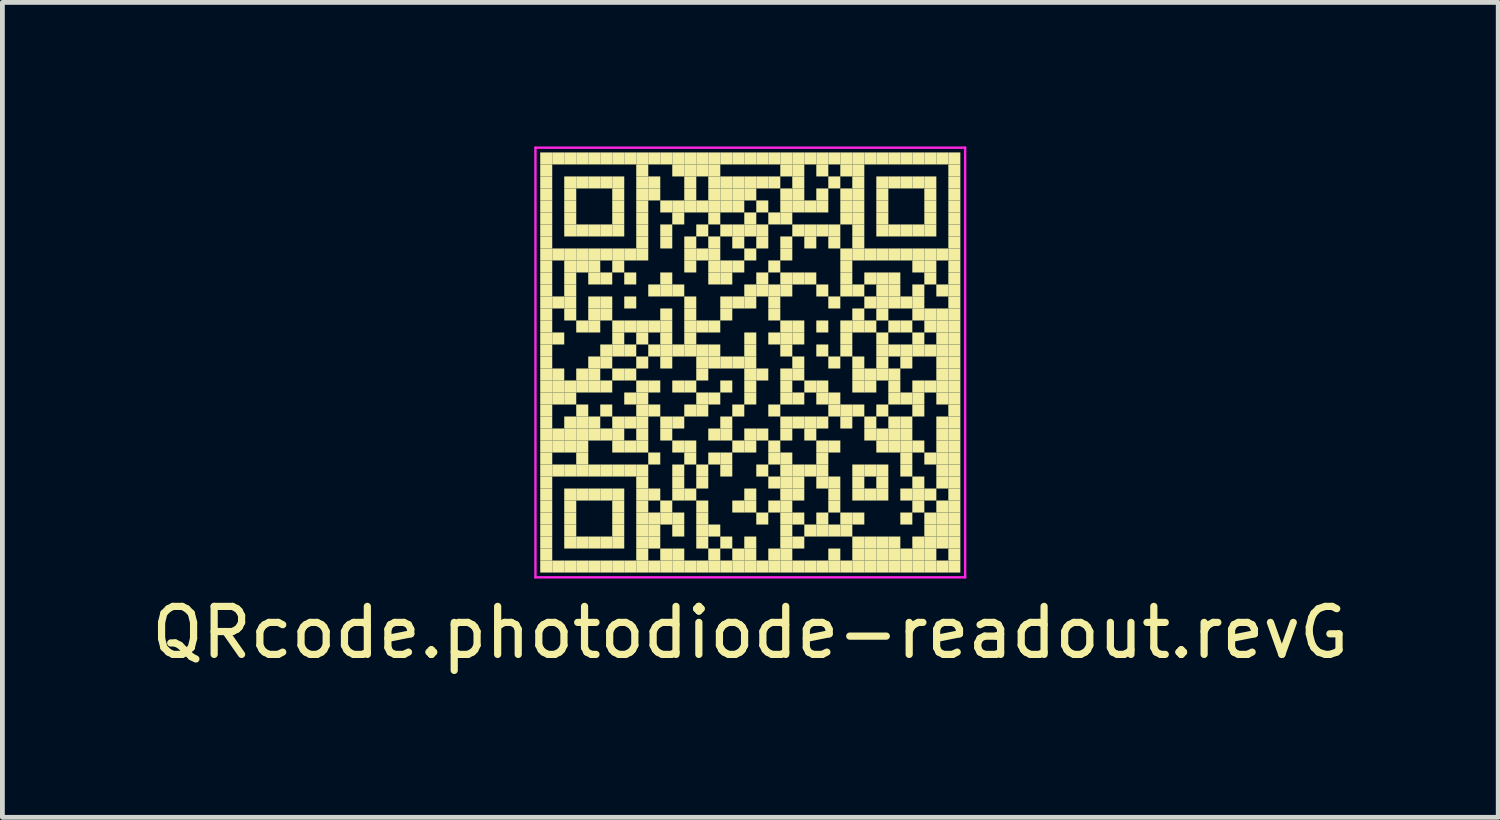
<source format=kicad_pcb>
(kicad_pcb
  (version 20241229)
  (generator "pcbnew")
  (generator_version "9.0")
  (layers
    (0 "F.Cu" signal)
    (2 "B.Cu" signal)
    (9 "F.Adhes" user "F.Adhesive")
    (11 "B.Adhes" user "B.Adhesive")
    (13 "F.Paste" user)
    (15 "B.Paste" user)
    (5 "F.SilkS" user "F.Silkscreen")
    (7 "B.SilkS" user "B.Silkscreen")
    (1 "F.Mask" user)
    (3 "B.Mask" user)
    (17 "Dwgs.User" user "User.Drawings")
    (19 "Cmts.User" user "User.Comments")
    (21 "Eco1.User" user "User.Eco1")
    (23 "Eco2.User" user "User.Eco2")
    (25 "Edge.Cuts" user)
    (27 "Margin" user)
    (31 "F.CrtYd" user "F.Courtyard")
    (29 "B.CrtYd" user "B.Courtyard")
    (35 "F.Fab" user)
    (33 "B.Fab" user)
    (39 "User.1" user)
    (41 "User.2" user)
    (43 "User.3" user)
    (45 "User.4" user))
  (footprint "QRcode.photodiode-readout.revG"
    (layer "F.Cu")
    (at 12.577 4.5)
    (property "Reference" "QRcode.photodiode-readout.revG" (at 0 5.625 0) (layer "F.SilkS") (effects (font (size 1 1) (thickness 0.15))))
    (fp_rect (start -4.375 -4.375) (end -4.125 -4.125) (stroke (width 0) (type solid)) (fill yes) (layer "F.SilkS"))
    (fp_rect (start -4.375 -4.125) (end -4.125 -3.875) (stroke (width 0) (type solid)) (fill yes) (layer "F.SilkS"))
    (fp_rect (start -4.375 -3.875) (end -4.125 -3.625) (stroke (width 0) (type solid)) (fill yes) (layer "F.SilkS"))
    (fp_rect (start -4.375 -3.625) (end -4.125 -3.375) (stroke (width 0) (type solid)) (fill yes) (layer "F.SilkS"))
    (fp_rect (start -4.375 -3.375) (end -4.125 -3.125) (stroke (width 0) (type solid)) (fill yes) (layer "F.SilkS"))
    (fp_rect (start -4.375 -3.125) (end -4.125 -2.875) (stroke (width 0) (type solid)) (fill yes) (layer "F.SilkS"))
    (fp_rect (start -4.375 -2.875) (end -4.125 -2.625) (stroke (width 0) (type solid)) (fill yes) (layer "F.SilkS"))
    (fp_rect (start -4.375 -2.625) (end -4.125 -2.375) (stroke (width 0) (type solid)) (fill yes) (layer "F.SilkS"))
    (fp_rect (start -4.375 -2.375) (end -4.125 -2.125) (stroke (width 0) (type solid)) (fill yes) (layer "F.SilkS"))
    (fp_rect (start -4.375 -2.125) (end -4.125 -1.875) (stroke (width 0) (type solid)) (fill yes) (layer "F.SilkS"))
    (fp_rect (start -4.375 -1.875) (end -4.125 -1.625) (stroke (width 0) (type solid)) (fill yes) (layer "F.SilkS"))
    (fp_rect (start -4.375 -1.625) (end -4.125 -1.375) (stroke (width 0) (type solid)) (fill yes) (layer "F.SilkS"))
    (fp_rect (start -4.375 -1.375) (end -4.125 -1.125) (stroke (width 0) (type solid)) (fill yes) (layer "F.SilkS"))
    (fp_rect (start -4.375 -1.125) (end -4.125 -0.875) (stroke (width 0) (type solid)) (fill yes) (layer "F.SilkS"))
    (fp_rect (start -4.375 -0.875) (end -4.125 -0.625) (stroke (width 0) (type solid)) (fill yes) (layer "F.SilkS"))
    (fp_rect (start -4.375 -0.625) (end -4.125 -0.375) (stroke (width 0) (type solid)) (fill yes) (layer "F.SilkS"))
    (fp_rect (start -4.375 -0.375) (end -4.125 -0.125) (stroke (width 0) (type solid)) (fill yes) (layer "F.SilkS"))
    (fp_rect (start -4.375 -0.125) (end -4.125 0.125) (stroke (width 0) (type solid)) (fill yes) (layer "F.SilkS"))
    (fp_rect (start -4.375 0.125) (end -4.125 0.375) (stroke (width 0) (type solid)) (fill yes) (layer "F.SilkS"))
    (fp_rect (start -4.375 0.375) (end -4.125 0.625) (stroke (width 0) (type solid)) (fill yes) (layer "F.SilkS"))
    (fp_rect (start -4.375 0.625) (end -4.125 0.875) (stroke (width 0) (type solid)) (fill yes) (layer "F.SilkS"))
    (fp_rect (start -4.375 0.875) (end -4.125 1.125) (stroke (width 0) (type solid)) (fill yes) (layer "F.SilkS"))
    (fp_rect (start -4.375 1.125) (end -4.125 1.375) (stroke (width 0) (type solid)) (fill yes) (layer "F.SilkS"))
    (fp_rect (start -4.375 1.375) (end -4.125 1.625) (stroke (width 0) (type solid)) (fill yes) (layer "F.SilkS"))
    (fp_rect (start -4.375 1.625) (end -4.125 1.875) (stroke (width 0) (type solid)) (fill yes) (layer "F.SilkS"))
    (fp_rect (start -4.375 1.875) (end -4.125 2.125) (stroke (width 0) (type solid)) (fill yes) (layer "F.SilkS"))
    (fp_rect (start -4.375 2.125) (end -4.125 2.375) (stroke (width 0) (type solid)) (fill yes) (layer "F.SilkS"))
    (fp_rect (start -4.375 2.375) (end -4.125 2.625) (stroke (width 0) (type solid)) (fill yes) (layer "F.SilkS"))
    (fp_rect (start -4.375 2.625) (end -4.125 2.875) (stroke (width 0) (type solid)) (fill yes) (layer "F.SilkS"))
    (fp_rect (start -4.375 2.875) (end -4.125 3.125) (stroke (width 0) (type solid)) (fill yes) (layer "F.SilkS"))
    (fp_rect (start -4.375 3.125) (end -4.125 3.375) (stroke (width 0) (type solid)) (fill yes) (layer "F.SilkS"))
    (fp_rect (start -4.375 3.375) (end -4.125 3.625) (stroke (width 0) (type solid)) (fill yes) (layer "F.SilkS"))
    (fp_rect (start -4.375 3.625) (end -4.125 3.875) (stroke (width 0) (type solid)) (fill yes) (layer "F.SilkS"))
    (fp_rect (start -4.375 3.875) (end -4.125 4.125) (stroke (width 0) (type solid)) (fill yes) (layer "F.SilkS"))
    (fp_rect (start -4.375 4.125) (end -4.125 4.375) (stroke (width 0) (type solid)) (fill yes) (layer "F.SilkS"))
    (fp_rect (start -4.125 -4.375) (end -3.875 -4.125) (stroke (width 0) (type solid)) (fill yes) (layer "F.SilkS"))
    (fp_rect (start -4.125 -2.375) (end -3.875 -2.125) (stroke (width 0) (type solid)) (fill yes) (layer "F.SilkS"))
    (fp_rect (start -4.125 -1.375) (end -3.875 -1.125) (stroke (width 0) (type solid)) (fill yes) (layer "F.SilkS"))
    (fp_rect (start -4.125 -0.625) (end -3.875 -0.375) (stroke (width 0) (type solid)) (fill yes) (layer "F.SilkS"))
    (fp_rect (start -4.125 0.125) (end -3.875 0.375) (stroke (width 0) (type solid)) (fill yes) (layer "F.SilkS"))
    (fp_rect (start -4.125 0.375) (end -3.875 0.625) (stroke (width 0) (type solid)) (fill yes) (layer "F.SilkS"))
    (fp_rect (start -4.125 0.625) (end -3.875 0.875) (stroke (width 0) (type solid)) (fill yes) (layer "F.SilkS"))
    (fp_rect (start -4.125 1.375) (end -3.875 1.625) (stroke (width 0) (type solid)) (fill yes) (layer "F.SilkS"))
    (fp_rect (start -4.125 1.625) (end -3.875 1.875) (stroke (width 0) (type solid)) (fill yes) (layer "F.SilkS"))
    (fp_rect (start -4.125 2.125) (end -3.875 2.375) (stroke (width 0) (type solid)) (fill yes) (layer "F.SilkS"))
    (fp_rect (start -4.125 4.125) (end -3.875 4.375) (stroke (width 0) (type solid)) (fill yes) (layer "F.SilkS"))
    (fp_rect (start -3.875 -4.375) (end -3.625 -4.125) (stroke (width 0) (type solid)) (fill yes) (layer "F.SilkS"))
    (fp_rect (start -3.875 -3.875) (end -3.625 -3.625) (stroke (width 0) (type solid)) (fill yes) (layer "F.SilkS"))
    (fp_rect (start -3.875 -3.625) (end -3.625 -3.375) (stroke (width 0) (type solid)) (fill yes) (layer "F.SilkS"))
    (fp_rect (start -3.875 -3.375) (end -3.625 -3.125) (stroke (width 0) (type solid)) (fill yes) (layer "F.SilkS"))
    (fp_rect (start -3.875 -3.125) (end -3.625 -2.875) (stroke (width 0) (type solid)) (fill yes) (layer "F.SilkS"))
    (fp_rect (start -3.875 -2.875) (end -3.625 -2.625) (stroke (width 0) (type solid)) (fill yes) (layer "F.SilkS"))
    (fp_rect (start -3.875 -2.375) (end -3.625 -2.125) (stroke (width 0) (type solid)) (fill yes) (layer "F.SilkS"))
    (fp_rect (start -3.875 -2.125) (end -3.625 -1.875) (stroke (width 0) (type solid)) (fill yes) (layer "F.SilkS"))
    (fp_rect (start -3.875 -1.875) (end -3.625 -1.625) (stroke (width 0) (type solid)) (fill yes) (layer "F.SilkS"))
    (fp_rect (start -3.875 -1.625) (end -3.625 -1.375) (stroke (width 0) (type solid)) (fill yes) (layer "F.SilkS"))
    (fp_rect (start -3.875 -1.375) (end -3.625 -1.125) (stroke (width 0) (type solid)) (fill yes) (layer "F.SilkS"))
    (fp_rect (start -3.875 -1.125) (end -3.625 -0.875) (stroke (width 0) (type solid)) (fill yes) (layer "F.SilkS"))
    (fp_rect (start -3.875 0.375) (end -3.625 0.625) (stroke (width 0) (type solid)) (fill yes) (layer "F.SilkS"))
    (fp_rect (start -3.875 0.625) (end -3.625 0.875) (stroke (width 0) (type solid)) (fill yes) (layer "F.SilkS"))
    (fp_rect (start -3.875 1.125) (end -3.625 1.375) (stroke (width 0) (type solid)) (fill yes) (layer "F.SilkS"))
    (fp_rect (start -3.875 1.375) (end -3.625 1.625) (stroke (width 0) (type solid)) (fill yes) (layer "F.SilkS"))
    (fp_rect (start -3.875 1.625) (end -3.625 1.875) (stroke (width 0) (type solid)) (fill yes) (layer "F.SilkS"))
    (fp_rect (start -3.875 2.125) (end -3.625 2.375) (stroke (width 0) (type solid)) (fill yes) (layer "F.SilkS"))
    (fp_rect (start -3.875 2.625) (end -3.625 2.875) (stroke (width 0) (type solid)) (fill yes) (layer "F.SilkS"))
    (fp_rect (start -3.875 2.875) (end -3.625 3.125) (stroke (width 0) (type solid)) (fill yes) (layer "F.SilkS"))
    (fp_rect (start -3.875 3.125) (end -3.625 3.375) (stroke (width 0) (type solid)) (fill yes) (layer "F.SilkS"))
    (fp_rect (start -3.875 3.375) (end -3.625 3.625) (stroke (width 0) (type solid)) (fill yes) (layer "F.SilkS"))
    (fp_rect (start -3.875 3.625) (end -3.625 3.875) (stroke (width 0) (type solid)) (fill yes) (layer "F.SilkS"))
    (fp_rect (start -3.875 4.125) (end -3.625 4.375) (stroke (width 0) (type solid)) (fill yes) (layer "F.SilkS"))
    (fp_rect (start -3.625 -4.375) (end -3.375 -4.125) (stroke (width 0) (type solid)) (fill yes) (layer "F.SilkS"))
    (fp_rect (start -3.625 -3.875) (end -3.375 -3.625) (stroke (width 0) (type solid)) (fill yes) (layer "F.SilkS"))
    (fp_rect (start -3.625 -2.875) (end -3.375 -2.625) (stroke (width 0) (type solid)) (fill yes) (layer "F.SilkS"))
    (fp_rect (start -3.625 -2.375) (end -3.375 -2.125) (stroke (width 0) (type solid)) (fill yes) (layer "F.SilkS"))
    (fp_rect (start -3.625 -2.125) (end -3.375 -1.875) (stroke (width 0) (type solid)) (fill yes) (layer "F.SilkS"))
    (fp_rect (start -3.625 -0.875) (end -3.375 -0.625) (stroke (width 0) (type solid)) (fill yes) (layer "F.SilkS"))
    (fp_rect (start -3.625 0.125) (end -3.375 0.375) (stroke (width 0) (type solid)) (fill yes) (layer "F.SilkS"))
    (fp_rect (start -3.625 0.375) (end -3.375 0.625) (stroke (width 0) (type solid)) (fill yes) (layer "F.SilkS"))
    (fp_rect (start -3.625 0.875) (end -3.375 1.125) (stroke (width 0) (type solid)) (fill yes) (layer "F.SilkS"))
    (fp_rect (start -3.625 1.125) (end -3.375 1.375) (stroke (width 0) (type solid)) (fill yes) (layer "F.SilkS"))
    (fp_rect (start -3.625 1.375) (end -3.375 1.625) (stroke (width 0) (type solid)) (fill yes) (layer "F.SilkS"))
    (fp_rect (start -3.625 1.625) (end -3.375 1.875) (stroke (width 0) (type solid)) (fill yes) (layer "F.SilkS"))
    (fp_rect (start -3.625 1.875) (end -3.375 2.125) (stroke (width 0) (type solid)) (fill yes) (layer "F.SilkS"))
    (fp_rect (start -3.625 2.125) (end -3.375 2.375) (stroke (width 0) (type solid)) (fill yes) (layer "F.SilkS"))
    (fp_rect (start -3.625 2.625) (end -3.375 2.875) (stroke (width 0) (type solid)) (fill yes) (layer "F.SilkS"))
    (fp_rect (start -3.625 3.625) (end -3.375 3.875) (stroke (width 0) (type solid)) (fill yes) (layer "F.SilkS"))
    (fp_rect (start -3.625 4.125) (end -3.375 4.375) (stroke (width 0) (type solid)) (fill yes) (layer "F.SilkS"))
    (fp_rect (start -3.375 -4.375) (end -3.125 -4.125) (stroke (width 0) (type solid)) (fill yes) (layer "F.SilkS"))
    (fp_rect (start -3.375 -3.875) (end -3.125 -3.625) (stroke (width 0) (type solid)) (fill yes) (layer "F.SilkS"))
    (fp_rect (start -3.375 -2.875) (end -3.125 -2.625) (stroke (width 0) (type solid)) (fill yes) (layer "F.SilkS"))
    (fp_rect (start -3.375 -2.375) (end -3.125 -2.125) (stroke (width 0) (type solid)) (fill yes) (layer "F.SilkS"))
    (fp_rect (start -3.375 -2.125) (end -3.125 -1.875) (stroke (width 0) (type solid)) (fill yes) (layer "F.SilkS"))
    (fp_rect (start -3.375 -1.875) (end -3.125 -1.625) (stroke (width 0) (type solid)) (fill yes) (layer "F.SilkS"))
    (fp_rect (start -3.375 -1.375) (end -3.125 -1.125) (stroke (width 0) (type solid)) (fill yes) (layer "F.SilkS"))
    (fp_rect (start -3.375 -1.125) (end -3.125 -0.875) (stroke (width 0) (type solid)) (fill yes) (layer "F.SilkS"))
    (fp_rect (start -3.375 -0.875) (end -3.125 -0.625) (stroke (width 0) (type solid)) (fill yes) (layer "F.SilkS"))
    (fp_rect (start -3.375 -0.125) (end -3.125 0.125) (stroke (width 0) (type solid)) (fill yes) (layer "F.SilkS"))
    (fp_rect (start -3.375 0.125) (end -3.125 0.375) (stroke (width 0) (type solid)) (fill yes) (layer "F.SilkS"))
    (fp_rect (start -3.375 0.375) (end -3.125 0.625) (stroke (width 0) (type solid)) (fill yes) (layer "F.SilkS"))
    (fp_rect (start -3.375 1.125) (end -3.125 1.375) (stroke (width 0) (type solid)) (fill yes) (layer "F.SilkS"))
    (fp_rect (start -3.375 1.375) (end -3.125 1.625) (stroke (width 0) (type solid)) (fill yes) (layer "F.SilkS"))
    (fp_rect (start -3.375 2.125) (end -3.125 2.375) (stroke (width 0) (type solid)) (fill yes) (layer "F.SilkS"))
    (fp_rect (start -3.375 2.625) (end -3.125 2.875) (stroke (width 0) (type solid)) (fill yes) (layer "F.SilkS"))
    (fp_rect (start -3.375 3.625) (end -3.125 3.875) (stroke (width 0) (type solid)) (fill yes) (layer "F.SilkS"))
    (fp_rect (start -3.375 4.125) (end -3.125 4.375) (stroke (width 0) (type solid)) (fill yes) (layer "F.SilkS"))
    (fp_rect (start -3.125 -4.375) (end -2.875 -4.125) (stroke (width 0) (type solid)) (fill yes) (layer "F.SilkS"))
    (fp_rect (start -3.125 -3.875) (end -2.875 -3.625) (stroke (width 0) (type solid)) (fill yes) (layer "F.SilkS"))
    (fp_rect (start -3.125 -2.875) (end -2.875 -2.625) (stroke (width 0) (type solid)) (fill yes) (layer "F.SilkS"))
    (fp_rect (start -3.125 -2.375) (end -2.875 -2.125) (stroke (width 0) (type solid)) (fill yes) (layer "F.SilkS"))
    (fp_rect (start -3.125 -1.875) (end -2.875 -1.625) (stroke (width 0) (type solid)) (fill yes) (layer "F.SilkS"))
    (fp_rect (start -3.125 -1.375) (end -2.875 -1.125) (stroke (width 0) (type solid)) (fill yes) (layer "F.SilkS"))
    (fp_rect (start -3.125 -1.125) (end -2.875 -0.875) (stroke (width 0) (type solid)) (fill yes) (layer "F.SilkS"))
    (fp_rect (start -3.125 -0.375) (end -2.875 -0.125) (stroke (width 0) (type solid)) (fill yes) (layer "F.SilkS"))
    (fp_rect (start -3.125 -0.125) (end -2.875 0.125) (stroke (width 0) (type solid)) (fill yes) (layer "F.SilkS"))
    (fp_rect (start -3.125 0.375) (end -2.875 0.625) (stroke (width 0) (type solid)) (fill yes) (layer "F.SilkS"))
    (fp_rect (start -3.125 0.875) (end -2.875 1.125) (stroke (width 0) (type solid)) (fill yes) (layer "F.SilkS"))
    (fp_rect (start -3.125 1.375) (end -2.875 1.625) (stroke (width 0) (type solid)) (fill yes) (layer "F.SilkS"))
    (fp_rect (start -3.125 2.125) (end -2.875 2.375) (stroke (width 0) (type solid)) (fill yes) (layer "F.SilkS"))
    (fp_rect (start -3.125 2.625) (end -2.875 2.875) (stroke (width 0) (type solid)) (fill yes) (layer "F.SilkS"))
    (fp_rect (start -3.125 3.625) (end -2.875 3.875) (stroke (width 0) (type solid)) (fill yes) (layer "F.SilkS"))
    (fp_rect (start -3.125 4.125) (end -2.875 4.375) (stroke (width 0) (type solid)) (fill yes) (layer "F.SilkS"))
    (fp_rect (start -2.875 -4.375) (end -2.625 -4.125) (stroke (width 0) (type solid)) (fill yes) (layer "F.SilkS"))
    (fp_rect (start -2.875 -3.875) (end -2.625 -3.625) (stroke (width 0) (type solid)) (fill yes) (layer "F.SilkS"))
    (fp_rect (start -2.875 -3.625) (end -2.625 -3.375) (stroke (width 0) (type solid)) (fill yes) (layer "F.SilkS"))
    (fp_rect (start -2.875 -3.375) (end -2.625 -3.125) (stroke (width 0) (type solid)) (fill yes) (layer "F.SilkS"))
    (fp_rect (start -2.875 -3.125) (end -2.625 -2.875) (stroke (width 0) (type solid)) (fill yes) (layer "F.SilkS"))
    (fp_rect (start -2.875 -2.875) (end -2.625 -2.625) (stroke (width 0) (type solid)) (fill yes) (layer "F.SilkS"))
    (fp_rect (start -2.875 -2.375) (end -2.625 -2.125) (stroke (width 0) (type solid)) (fill yes) (layer "F.SilkS"))
    (fp_rect (start -2.875 -2.125) (end -2.625 -1.875) (stroke (width 0) (type solid)) (fill yes) (layer "F.SilkS"))
    (fp_rect (start -2.875 -0.875) (end -2.625 -0.625) (stroke (width 0) (type solid)) (fill yes) (layer "F.SilkS"))
    (fp_rect (start -2.875 -0.625) (end -2.625 -0.375) (stroke (width 0) (type solid)) (fill yes) (layer "F.SilkS"))
    (fp_rect (start -2.875 -0.375) (end -2.625 -0.125) (stroke (width 0) (type solid)) (fill yes) (layer "F.SilkS"))
    (fp_rect (start -2.875 0.125) (end -2.625 0.375) (stroke (width 0) (type solid)) (fill yes) (layer "F.SilkS"))
    (fp_rect (start -2.875 1.125) (end -2.625 1.375) (stroke (width 0) (type solid)) (fill yes) (layer "F.SilkS"))
    (fp_rect (start -2.875 1.375) (end -2.625 1.625) (stroke (width 0) (type solid)) (fill yes) (layer "F.SilkS"))
    (fp_rect (start -2.875 1.625) (end -2.625 1.875) (stroke (width 0) (type solid)) (fill yes) (layer "F.SilkS"))
    (fp_rect (start -2.875 2.125) (end -2.625 2.375) (stroke (width 0) (type solid)) (fill yes) (layer "F.SilkS"))
    (fp_rect (start -2.875 2.625) (end -2.625 2.875) (stroke (width 0) (type solid)) (fill yes) (layer "F.SilkS"))
    (fp_rect (start -2.875 2.875) (end -2.625 3.125) (stroke (width 0) (type solid)) (fill yes) (layer "F.SilkS"))
    (fp_rect (start -2.875 3.125) (end -2.625 3.375) (stroke (width 0) (type solid)) (fill yes) (layer "F.SilkS"))
    (fp_rect (start -2.875 3.375) (end -2.625 3.625) (stroke (width 0) (type solid)) (fill yes) (layer "F.SilkS"))
    (fp_rect (start -2.875 3.625) (end -2.625 3.875) (stroke (width 0) (type solid)) (fill yes) (layer "F.SilkS"))
    (fp_rect (start -2.875 4.125) (end -2.625 4.375) (stroke (width 0) (type solid)) (fill yes) (layer "F.SilkS"))
    (fp_rect (start -2.625 -4.375) (end -2.375 -4.125) (stroke (width 0) (type solid)) (fill yes) (layer "F.SilkS"))
    (fp_rect (start -2.625 -2.375) (end -2.375 -2.125) (stroke (width 0) (type solid)) (fill yes) (layer "F.SilkS"))
    (fp_rect (start -2.625 -1.875) (end -2.375 -1.625) (stroke (width 0) (type solid)) (fill yes) (layer "F.SilkS"))
    (fp_rect (start -2.625 -1.375) (end -2.375 -1.125) (stroke (width 0) (type solid)) (fill yes) (layer "F.SilkS"))
    (fp_rect (start -2.625 -0.875) (end -2.375 -0.625) (stroke (width 0) (type solid)) (fill yes) (layer "F.SilkS"))
    (fp_rect (start -2.625 -0.375) (end -2.375 -0.125) (stroke (width 0) (type solid)) (fill yes) (layer "F.SilkS"))
    (fp_rect (start -2.625 0.125) (end -2.375 0.375) (stroke (width 0) (type solid)) (fill yes) (layer "F.SilkS"))
    (fp_rect (start -2.625 0.625) (end -2.375 0.875) (stroke (width 0) (type solid)) (fill yes) (layer "F.SilkS"))
    (fp_rect (start -2.625 1.125) (end -2.375 1.375) (stroke (width 0) (type solid)) (fill yes) (layer "F.SilkS"))
    (fp_rect (start -2.625 1.625) (end -2.375 1.875) (stroke (width 0) (type solid)) (fill yes) (layer "F.SilkS"))
    (fp_rect (start -2.625 2.125) (end -2.375 2.375) (stroke (width 0) (type solid)) (fill yes) (layer "F.SilkS"))
    (fp_rect (start -2.625 4.125) (end -2.375 4.375) (stroke (width 0) (type solid)) (fill yes) (layer "F.SilkS"))
    (fp_rect (start -2.375 -4.375) (end -2.125 -4.125) (stroke (width 0) (type solid)) (fill yes) (layer "F.SilkS"))
    (fp_rect (start -2.375 -4.125) (end -2.125 -3.875) (stroke (width 0) (type solid)) (fill yes) (layer "F.SilkS"))
    (fp_rect (start -2.375 -3.875) (end -2.125 -3.625) (stroke (width 0) (type solid)) (fill yes) (layer "F.SilkS"))
    (fp_rect (start -2.375 -3.625) (end -2.125 -3.375) (stroke (width 0) (type solid)) (fill yes) (layer "F.SilkS"))
    (fp_rect (start -2.375 -3.375) (end -2.125 -3.125) (stroke (width 0) (type solid)) (fill yes) (layer "F.SilkS"))
    (fp_rect (start -2.375 -3.125) (end -2.125 -2.875) (stroke (width 0) (type solid)) (fill yes) (layer "F.SilkS"))
    (fp_rect (start -2.375 -2.875) (end -2.125 -2.625) (stroke (width 0) (type solid)) (fill yes) (layer "F.SilkS"))
    (fp_rect (start -2.375 -2.625) (end -2.125 -2.375) (stroke (width 0) (type solid)) (fill yes) (layer "F.SilkS"))
    (fp_rect (start -2.375 -2.375) (end -2.125 -2.125) (stroke (width 0) (type solid)) (fill yes) (layer "F.SilkS"))
    (fp_rect (start -2.375 -0.875) (end -2.125 -0.625) (stroke (width 0) (type solid)) (fill yes) (layer "F.SilkS"))
    (fp_rect (start -2.375 -0.625) (end -2.125 -0.375) (stroke (width 0) (type solid)) (fill yes) (layer "F.SilkS"))
    (fp_rect (start -2.375 -0.125) (end -2.125 0.125) (stroke (width 0) (type solid)) (fill yes) (layer "F.SilkS"))
    (fp_rect (start -2.375 0.375) (end -2.125 0.625) (stroke (width 0) (type solid)) (fill yes) (layer "F.SilkS"))
    (fp_rect (start -2.375 0.625) (end -2.125 0.875) (stroke (width 0) (type solid)) (fill yes) (layer "F.SilkS"))
    (fp_rect (start -2.375 0.875) (end -2.125 1.125) (stroke (width 0) (type solid)) (fill yes) (layer "F.SilkS"))
    (fp_rect (start -2.375 1.125) (end -2.125 1.375) (stroke (width 0) (type solid)) (fill yes) (layer "F.SilkS"))
    (fp_rect (start -2.375 1.375) (end -2.125 1.625) (stroke (width 0) (type solid)) (fill yes) (layer "F.SilkS"))
    (fp_rect (start -2.375 1.625) (end -2.125 1.875) (stroke (width 0) (type solid)) (fill yes) (layer "F.SilkS"))
    (fp_rect (start -2.375 2.125) (end -2.125 2.375) (stroke (width 0) (type solid)) (fill yes) (layer "F.SilkS"))
    (fp_rect (start -2.375 2.375) (end -2.125 2.625) (stroke (width 0) (type solid)) (fill yes) (layer "F.SilkS"))
    (fp_rect (start -2.375 2.625) (end -2.125 2.875) (stroke (width 0) (type solid)) (fill yes) (layer "F.SilkS"))
    (fp_rect (start -2.375 2.875) (end -2.125 3.125) (stroke (width 0) (type solid)) (fill yes) (layer "F.SilkS"))
    (fp_rect (start -2.375 3.125) (end -2.125 3.375) (stroke (width 0) (type solid)) (fill yes) (layer "F.SilkS"))
    (fp_rect (start -2.375 3.375) (end -2.125 3.625) (stroke (width 0) (type solid)) (fill yes) (layer "F.SilkS"))
    (fp_rect (start -2.375 3.625) (end -2.125 3.875) (stroke (width 0) (type solid)) (fill yes) (layer "F.SilkS"))
    (fp_rect (start -2.375 3.875) (end -2.125 4.125) (stroke (width 0) (type solid)) (fill yes) (layer "F.SilkS"))
    (fp_rect (start -2.375 4.125) (end -2.125 4.375) (stroke (width 0) (type solid)) (fill yes) (layer "F.SilkS"))
    (fp_rect (start -2.125 -4.375) (end -1.875 -4.125) (stroke (width 0) (type solid)) (fill yes) (layer "F.SilkS"))
    (fp_rect (start -2.125 -3.875) (end -1.875 -3.625) (stroke (width 0) (type solid)) (fill yes) (layer "F.SilkS"))
    (fp_rect (start -2.125 -3.625) (end -1.875 -3.375) (stroke (width 0) (type solid)) (fill yes) (layer "F.SilkS"))
    (fp_rect (start -2.125 -1.625) (end -1.875 -1.375) (stroke (width 0) (type solid)) (fill yes) (layer "F.SilkS"))
    (fp_rect (start -2.125 -0.875) (end -1.875 -0.625) (stroke (width 0) (type solid)) (fill yes) (layer "F.SilkS"))
    (fp_rect (start -2.125 -0.375) (end -1.875 -0.125) (stroke (width 0) (type solid)) (fill yes) (layer "F.SilkS"))
    (fp_rect (start -2.125 0.375) (end -1.875 0.625) (stroke (width 0) (type solid)) (fill yes) (layer "F.SilkS"))
    (fp_rect (start -2.125 0.875) (end -1.875 1.125) (stroke (width 0) (type solid)) (fill yes) (layer "F.SilkS"))
    (fp_rect (start -2.125 1.875) (end -1.875 2.125) (stroke (width 0) (type solid)) (fill yes) (layer "F.SilkS"))
    (fp_rect (start -2.125 2.625) (end -1.875 2.875) (stroke (width 0) (type solid)) (fill yes) (layer "F.SilkS"))
    (fp_rect (start -2.125 3.125) (end -1.875 3.375) (stroke (width 0) (type solid)) (fill yes) (layer "F.SilkS"))
    (fp_rect (start -2.125 3.375) (end -1.875 3.625) (stroke (width 0) (type solid)) (fill yes) (layer "F.SilkS"))
    (fp_rect (start -2.125 3.625) (end -1.875 3.875) (stroke (width 0) (type solid)) (fill yes) (layer "F.SilkS"))
    (fp_rect (start -2.125 4.125) (end -1.875 4.375) (stroke (width 0) (type solid)) (fill yes) (layer "F.SilkS"))
    (fp_rect (start -1.875 -4.375) (end -1.625 -4.125) (stroke (width 0) (type solid)) (fill yes) (layer "F.SilkS"))
    (fp_rect (start -1.875 -3.375) (end -1.625 -3.125) (stroke (width 0) (type solid)) (fill yes) (layer "F.SilkS"))
    (fp_rect (start -1.875 -2.875) (end -1.625 -2.625) (stroke (width 0) (type solid)) (fill yes) (layer "F.SilkS"))
    (fp_rect (start -1.875 -2.625) (end -1.625 -2.375) (stroke (width 0) (type solid)) (fill yes) (layer "F.SilkS"))
    (fp_rect (start -1.875 -1.875) (end -1.625 -1.625) (stroke (width 0) (type solid)) (fill yes) (layer "F.SilkS"))
    (fp_rect (start -1.875 -1.625) (end -1.625 -1.375) (stroke (width 0) (type solid)) (fill yes) (layer "F.SilkS"))
    (fp_rect (start -1.875 -1.125) (end -1.625 -0.875) (stroke (width 0) (type solid)) (fill yes) (layer "F.SilkS"))
    (fp_rect (start -1.875 -0.875) (end -1.625 -0.625) (stroke (width 0) (type solid)) (fill yes) (layer "F.SilkS"))
    (fp_rect (start -1.875 -0.625) (end -1.625 -0.375) (stroke (width 0) (type solid)) (fill yes) (layer "F.SilkS"))
    (fp_rect (start -1.875 -0.375) (end -1.625 -0.125) (stroke (width 0) (type solid)) (fill yes) (layer "F.SilkS"))
    (fp_rect (start -1.875 -0.125) (end -1.625 0.125) (stroke (width 0) (type solid)) (fill yes) (layer "F.SilkS"))
    (fp_rect (start -1.875 1.125) (end -1.625 1.375) (stroke (width 0) (type solid)) (fill yes) (layer "F.SilkS"))
    (fp_rect (start -1.875 1.375) (end -1.625 1.625) (stroke (width 0) (type solid)) (fill yes) (layer "F.SilkS"))
    (fp_rect (start -1.875 2.875) (end -1.625 3.125) (stroke (width 0) (type solid)) (fill yes) (layer "F.SilkS"))
    (fp_rect (start -1.875 3.125) (end -1.625 3.375) (stroke (width 0) (type solid)) (fill yes) (layer "F.SilkS"))
    (fp_rect (start -1.875 3.875) (end -1.625 4.125) (stroke (width 0) (type solid)) (fill yes) (layer "F.SilkS"))
    (fp_rect (start -1.875 4.125) (end -1.625 4.375) (stroke (width 0) (type solid)) (fill yes) (layer "F.SilkS"))
    (fp_rect (start -1.625 -4.375) (end -1.375 -4.125) (stroke (width 0) (type solid)) (fill yes) (layer "F.SilkS"))
    (fp_rect (start -1.625 -4.125) (end -1.375 -3.875) (stroke (width 0) (type solid)) (fill yes) (layer "F.SilkS"))
    (fp_rect (start -1.625 -3.375) (end -1.375 -3.125) (stroke (width 0) (type solid)) (fill yes) (layer "F.SilkS"))
    (fp_rect (start -1.625 -3.125) (end -1.375 -2.875) (stroke (width 0) (type solid)) (fill yes) (layer "F.SilkS"))
    (fp_rect (start -1.625 -1.625) (end -1.375 -1.375) (stroke (width 0) (type solid)) (fill yes) (layer "F.SilkS"))
    (fp_rect (start -1.625 -0.375) (end -1.375 -0.125) (stroke (width 0) (type solid)) (fill yes) (layer "F.SilkS"))
    (fp_rect (start -1.625 0.375) (end -1.375 0.625) (stroke (width 0) (type solid)) (fill yes) (layer "F.SilkS"))
    (fp_rect (start -1.625 1.125) (end -1.375 1.375) (stroke (width 0) (type solid)) (fill yes) (layer "F.SilkS"))
    (fp_rect (start -1.625 1.625) (end -1.375 1.875) (stroke (width 0) (type solid)) (fill yes) (layer "F.SilkS"))
    (fp_rect (start -1.625 2.125) (end -1.375 2.375) (stroke (width 0) (type solid)) (fill yes) (layer "F.SilkS"))
    (fp_rect (start -1.625 2.375) (end -1.375 2.625) (stroke (width 0) (type solid)) (fill yes) (layer "F.SilkS"))
    (fp_rect (start -1.625 2.625) (end -1.375 2.875) (stroke (width 0) (type solid)) (fill yes) (layer "F.SilkS"))
    (fp_rect (start -1.625 3.125) (end -1.375 3.375) (stroke (width 0) (type solid)) (fill yes) (layer "F.SilkS"))
    (fp_rect (start -1.625 3.375) (end -1.375 3.625) (stroke (width 0) (type solid)) (fill yes) (layer "F.SilkS"))
    (fp_rect (start -1.625 3.875) (end -1.375 4.125) (stroke (width 0) (type solid)) (fill yes) (layer "F.SilkS"))
    (fp_rect (start -1.625 4.125) (end -1.375 4.375) (stroke (width 0) (type solid)) (fill yes) (layer "F.SilkS"))
    (fp_rect (start -1.375 -4.375) (end -1.125 -4.125) (stroke (width 0) (type solid)) (fill yes) (layer "F.SilkS"))
    (fp_rect (start -1.375 -4.125) (end -1.125 -3.875) (stroke (width 0) (type solid)) (fill yes) (layer "F.SilkS"))
    (fp_rect (start -1.375 -3.875) (end -1.125 -3.625) (stroke (width 0) (type solid)) (fill yes) (layer "F.SilkS"))
    (fp_rect (start -1.375 -3.625) (end -1.125 -3.375) (stroke (width 0) (type solid)) (fill yes) (layer "F.SilkS"))
    (fp_rect (start -1.375 -3.375) (end -1.125 -3.125) (stroke (width 0) (type solid)) (fill yes) (layer "F.SilkS"))
    (fp_rect (start -1.375 -2.625) (end -1.125 -2.375) (stroke (width 0) (type solid)) (fill yes) (layer "F.SilkS"))
    (fp_rect (start -1.375 -2.375) (end -1.125 -2.125) (stroke (width 0) (type solid)) (fill yes) (layer "F.SilkS"))
    (fp_rect (start -1.375 -2.125) (end -1.125 -1.875) (stroke (width 0) (type solid)) (fill yes) (layer "F.SilkS"))
    (fp_rect (start -1.375 -1.375) (end -1.125 -1.125) (stroke (width 0) (type solid)) (fill yes) (layer "F.SilkS"))
    (fp_rect (start -1.375 -1.125) (end -1.125 -0.875) (stroke (width 0) (type solid)) (fill yes) (layer "F.SilkS"))
    (fp_rect (start -1.375 -0.875) (end -1.125 -0.625) (stroke (width 0) (type solid)) (fill yes) (layer "F.SilkS"))
    (fp_rect (start -1.375 -0.625) (end -1.125 -0.375) (stroke (width 0) (type solid)) (fill yes) (layer "F.SilkS"))
    (fp_rect (start -1.375 -0.375) (end -1.125 -0.125) (stroke (width 0) (type solid)) (fill yes) (layer "F.SilkS"))
    (fp_rect (start -1.375 0.375) (end -1.125 0.625) (stroke (width 0) (type solid)) (fill yes) (layer "F.SilkS"))
    (fp_rect (start -1.375 0.875) (end -1.125 1.125) (stroke (width 0) (type solid)) (fill yes) (layer "F.SilkS"))
    (fp_rect (start -1.375 1.625) (end -1.125 1.875) (stroke (width 0) (type solid)) (fill yes) (layer "F.SilkS"))
    (fp_rect (start -1.375 1.875) (end -1.125 2.125) (stroke (width 0) (type solid)) (fill yes) (layer "F.SilkS"))
    (fp_rect (start -1.375 2.625) (end -1.125 2.875) (stroke (width 0) (type solid)) (fill yes) (layer "F.SilkS"))
    (fp_rect (start -1.375 4.125) (end -1.125 4.375) (stroke (width 0) (type solid)) (fill yes) (layer "F.SilkS"))
    (fp_rect (start -1.125 -4.375) (end -0.875 -4.125) (stroke (width 0) (type solid)) (fill yes) (layer "F.SilkS"))
    (fp_rect (start -1.125 -4.125) (end -0.875 -3.875) (stroke (width 0) (type solid)) (fill yes) (layer "F.SilkS"))
    (fp_rect (start -1.125 -3.375) (end -0.875 -3.125) (stroke (width 0) (type solid)) (fill yes) (layer "F.SilkS"))
    (fp_rect (start -1.125 -2.875) (end -0.875 -2.625) (stroke (width 0) (type solid)) (fill yes) (layer "F.SilkS"))
    (fp_rect (start -1.125 -2.375) (end -0.875 -2.125) (stroke (width 0) (type solid)) (fill yes) (layer "F.SilkS"))
    (fp_rect (start -1.125 -0.875) (end -0.875 -0.625) (stroke (width 0) (type solid)) (fill yes) (layer "F.SilkS"))
    (fp_rect (start -1.125 -0.375) (end -0.875 -0.125) (stroke (width 0) (type solid)) (fill yes) (layer "F.SilkS"))
    (fp_rect (start -1.125 -0.125) (end -0.875 0.125) (stroke (width 0) (type solid)) (fill yes) (layer "F.SilkS"))
    (fp_rect (start -1.125 0.125) (end -0.875 0.375) (stroke (width 0) (type solid)) (fill yes) (layer "F.SilkS"))
    (fp_rect (start -1.125 0.625) (end -0.875 0.875) (stroke (width 0) (type solid)) (fill yes) (layer "F.SilkS"))
    (fp_rect (start -1.125 0.875) (end -0.875 1.125) (stroke (width 0) (type solid)) (fill yes) (layer "F.SilkS"))
    (fp_rect (start -1.125 2.125) (end -0.875 2.375) (stroke (width 0) (type solid)) (fill yes) (layer "F.SilkS"))
    (fp_rect (start -1.125 2.375) (end -0.875 2.625) (stroke (width 0) (type solid)) (fill yes) (layer "F.SilkS"))
    (fp_rect (start -1.125 2.875) (end -0.875 3.125) (stroke (width 0) (type solid)) (fill yes) (layer "F.SilkS"))
    (fp_rect (start -1.125 3.125) (end -0.875 3.375) (stroke (width 0) (type solid)) (fill yes) (layer "F.SilkS"))
    (fp_rect (start -1.125 3.375) (end -0.875 3.625) (stroke (width 0) (type solid)) (fill yes) (layer "F.SilkS"))
    (fp_rect (start -1.125 3.625) (end -0.875 3.875) (stroke (width 0) (type solid)) (fill yes) (layer "F.SilkS"))
    (fp_rect (start -1.125 4.125) (end -0.875 4.375) (stroke (width 0) (type solid)) (fill yes) (layer "F.SilkS"))
    (fp_rect (start -0.875 -4.375) (end -0.625 -4.125) (stroke (width 0) (type solid)) (fill yes) (layer "F.SilkS"))
    (fp_rect (start -0.875 -4.125) (end -0.625 -3.875) (stroke (width 0) (type solid)) (fill yes) (layer "F.SilkS"))
    (fp_rect (start -0.875 -3.875) (end -0.625 -3.625) (stroke (width 0) (type solid)) (fill yes) (layer "F.SilkS"))
    (fp_rect (start -0.875 -3.625) (end -0.625 -3.375) (stroke (width 0) (type solid)) (fill yes) (layer "F.SilkS"))
    (fp_rect (start -0.875 -3.375) (end -0.625 -3.125) (stroke (width 0) (type solid)) (fill yes) (layer "F.SilkS"))
    (fp_rect (start -0.875 -3.125) (end -0.625 -2.875) (stroke (width 0) (type solid)) (fill yes) (layer "F.SilkS"))
    (fp_rect (start -0.875 -2.625) (end -0.625 -2.375) (stroke (width 0) (type solid)) (fill yes) (layer "F.SilkS"))
    (fp_rect (start -0.875 -2.375) (end -0.625 -2.125) (stroke (width 0) (type solid)) (fill yes) (layer "F.SilkS"))
    (fp_rect (start -0.875 -2.125) (end -0.625 -1.875) (stroke (width 0) (type solid)) (fill yes) (layer "F.SilkS"))
    (fp_rect (start -0.875 -1.875) (end -0.625 -1.625) (stroke (width 0) (type solid)) (fill yes) (layer "F.SilkS"))
    (fp_rect (start -0.875 -0.875) (end -0.625 -0.625) (stroke (width 0) (type solid)) (fill yes) (layer "F.SilkS"))
    (fp_rect (start -0.875 -0.375) (end -0.625 -0.125) (stroke (width 0) (type solid)) (fill yes) (layer "F.SilkS"))
    (fp_rect (start -0.875 -0.125) (end -0.625 0.125) (stroke (width 0) (type solid)) (fill yes) (layer "F.SilkS"))
    (fp_rect (start -0.875 0.625) (end -0.625 0.875) (stroke (width 0) (type solid)) (fill yes) (layer "F.SilkS"))
    (fp_rect (start -0.875 1.375) (end -0.625 1.625) (stroke (width 0) (type solid)) (fill yes) (layer "F.SilkS"))
    (fp_rect (start -0.875 1.875) (end -0.625 2.125) (stroke (width 0) (type solid)) (fill yes) (layer "F.SilkS"))
    (fp_rect (start -0.875 3.375) (end -0.625 3.625) (stroke (width 0) (type solid)) (fill yes) (layer "F.SilkS"))
    (fp_rect (start -0.875 3.875) (end -0.625 4.125) (stroke (width 0) (type solid)) (fill yes) (layer "F.SilkS"))
    (fp_rect (start -0.875 4.125) (end -0.625 4.375) (stroke (width 0) (type solid)) (fill yes) (layer "F.SilkS"))
    (fp_rect (start -0.625 -4.375) (end -0.375 -4.125) (stroke (width 0) (type solid)) (fill yes) (layer "F.SilkS"))
    (fp_rect (start -0.625 -3.875) (end -0.375 -3.625) (stroke (width 0) (type solid)) (fill yes) (layer "F.SilkS"))
    (fp_rect (start -0.625 -3.625) (end -0.375 -3.375) (stroke (width 0) (type solid)) (fill yes) (layer "F.SilkS"))
    (fp_rect (start -0.625 -3.375) (end -0.375 -3.125) (stroke (width 0) (type solid)) (fill yes) (layer "F.SilkS"))
    (fp_rect (start -0.625 -2.875) (end -0.375 -2.625) (stroke (width 0) (type solid)) (fill yes) (layer "F.SilkS"))
    (fp_rect (start -0.625 -2.125) (end -0.375 -1.875) (stroke (width 0) (type solid)) (fill yes) (layer "F.SilkS"))
    (fp_rect (start -0.625 -1.875) (end -0.375 -1.625) (stroke (width 0) (type solid)) (fill yes) (layer "F.SilkS"))
    (fp_rect (start -0.625 -1.375) (end -0.375 -1.125) (stroke (width 0) (type solid)) (fill yes) (layer "F.SilkS"))
    (fp_rect (start -0.625 -1.125) (end -0.375 -0.875) (stroke (width 0) (type solid)) (fill yes) (layer "F.SilkS"))
    (fp_rect (start -0.625 -0.125) (end -0.375 0.125) (stroke (width 0) (type solid)) (fill yes) (layer "F.SilkS"))
    (fp_rect (start -0.625 0.375) (end -0.375 0.625) (stroke (width 0) (type solid)) (fill yes) (layer "F.SilkS"))
    (fp_rect (start -0.625 1.125) (end -0.375 1.375) (stroke (width 0) (type solid)) (fill yes) (layer "F.SilkS"))
    (fp_rect (start -0.625 1.375) (end -0.375 1.625) (stroke (width 0) (type solid)) (fill yes) (layer "F.SilkS"))
    (fp_rect (start -0.625 1.875) (end -0.375 2.125) (stroke (width 0) (type solid)) (fill yes) (layer "F.SilkS"))
    (fp_rect (start -0.625 2.125) (end -0.375 2.375) (stroke (width 0) (type solid)) (fill yes) (layer "F.SilkS"))
    (fp_rect (start -0.625 3.625) (end -0.375 3.875) (stroke (width 0) (type solid)) (fill yes) (layer "F.SilkS"))
    (fp_rect (start -0.625 4.125) (end -0.375 4.375) (stroke (width 0) (type solid)) (fill yes) (layer "F.SilkS"))
    (fp_rect (start -0.375 -4.375) (end -0.125 -4.125) (stroke (width 0) (type solid)) (fill yes) (layer "F.SilkS"))
    (fp_rect (start -0.375 -3.875) (end -0.125 -3.625) (stroke (width 0) (type solid)) (fill yes) (layer "F.SilkS"))
    (fp_rect (start -0.375 -3.625) (end -0.125 -3.375) (stroke (width 0) (type solid)) (fill yes) (layer "F.SilkS"))
    (fp_rect (start -0.375 -3.375) (end -0.125 -3.125) (stroke (width 0) (type solid)) (fill yes) (layer "F.SilkS"))
    (fp_rect (start -0.375 -2.875) (end -0.125 -2.625) (stroke (width 0) (type solid)) (fill yes) (layer "F.SilkS"))
    (fp_rect (start -0.375 -2.625) (end -0.125 -2.375) (stroke (width 0) (type solid)) (fill yes) (layer "F.SilkS"))
    (fp_rect (start -0.375 -2.125) (end -0.125 -1.875) (stroke (width 0) (type solid)) (fill yes) (layer "F.SilkS"))
    (fp_rect (start -0.375 -1.375) (end -0.125 -1.125) (stroke (width 0) (type solid)) (fill yes) (layer "F.SilkS"))
    (fp_rect (start -0.375 -0.125) (end -0.125 0.125) (stroke (width 0) (type solid)) (fill yes) (layer "F.SilkS"))
    (fp_rect (start -0.375 0.875) (end -0.125 1.125) (stroke (width 0) (type solid)) (fill yes) (layer "F.SilkS"))
    (fp_rect (start -0.375 1.625) (end -0.125 1.875) (stroke (width 0) (type solid)) (fill yes) (layer "F.SilkS"))
    (fp_rect (start -0.375 2.875) (end -0.125 3.125) (stroke (width 0) (type solid)) (fill yes) (layer "F.SilkS"))
    (fp_rect (start -0.375 3.875) (end -0.125 4.125) (stroke (width 0) (type solid)) (fill yes) (layer "F.SilkS"))
    (fp_rect (start -0.375 4.125) (end -0.125 4.375) (stroke (width 0) (type solid)) (fill yes) (layer "F.SilkS"))
    (fp_rect (start -0.125 -4.375) (end 0.125 -4.125) (stroke (width 0) (type solid)) (fill yes) (layer "F.SilkS"))
    (fp_rect (start -0.125 -3.875) (end 0.125 -3.625) (stroke (width 0) (type solid)) (fill yes) (layer "F.SilkS"))
    (fp_rect (start -0.125 -3.625) (end 0.125 -3.375) (stroke (width 0) (type solid)) (fill yes) (layer "F.SilkS"))
    (fp_rect (start -0.125 -3.125) (end 0.125 -2.875) (stroke (width 0) (type solid)) (fill yes) (layer "F.SilkS"))
    (fp_rect (start -0.125 -2.875) (end 0.125 -2.625) (stroke (width 0) (type solid)) (fill yes) (layer "F.SilkS"))
    (fp_rect (start -0.125 -2.375) (end 0.125 -2.125) (stroke (width 0) (type solid)) (fill yes) (layer "F.SilkS"))
    (fp_rect (start -0.125 -1.625) (end 0.125 -1.375) (stroke (width 0) (type solid)) (fill yes) (layer "F.SilkS"))
    (fp_rect (start -0.125 -1.375) (end 0.125 -1.125) (stroke (width 0) (type solid)) (fill yes) (layer "F.SilkS"))
    (fp_rect (start -0.125 -0.625) (end 0.125 -0.375) (stroke (width 0) (type solid)) (fill yes) (layer "F.SilkS"))
    (fp_rect (start -0.125 -0.375) (end 0.125 -0.125) (stroke (width 0) (type solid)) (fill yes) (layer "F.SilkS"))
    (fp_rect (start -0.125 -0.125) (end 0.125 0.125) (stroke (width 0) (type solid)) (fill yes) (layer "F.SilkS"))
    (fp_rect (start -0.125 0.125) (end 0.125 0.375) (stroke (width 0) (type solid)) (fill yes) (layer "F.SilkS"))
    (fp_rect (start -0.125 0.375) (end 0.125 0.625) (stroke (width 0) (type solid)) (fill yes) (layer "F.SilkS"))
    (fp_rect (start -0.125 0.625) (end 0.125 0.875) (stroke (width 0) (type solid)) (fill yes) (layer "F.SilkS"))
    (fp_rect (start -0.125 1.375) (end 0.125 1.625) (stroke (width 0) (type solid)) (fill yes) (layer "F.SilkS"))
    (fp_rect (start -0.125 1.625) (end 0.125 1.875) (stroke (width 0) (type solid)) (fill yes) (layer "F.SilkS"))
    (fp_rect (start -0.125 2.625) (end 0.125 2.875) (stroke (width 0) (type solid)) (fill yes) (layer "F.SilkS"))
    (fp_rect (start -0.125 2.875) (end 0.125 3.125) (stroke (width 0) (type solid)) (fill yes) (layer "F.SilkS"))
    (fp_rect (start -0.125 3.625) (end 0.125 3.875) (stroke (width 0) (type solid)) (fill yes) (layer "F.SilkS"))
    (fp_rect (start -0.125 3.875) (end 0.125 4.125) (stroke (width 0) (type solid)) (fill yes) (layer "F.SilkS"))
    (fp_rect (start -0.125 4.125) (end 0.125 4.375) (stroke (width 0) (type solid)) (fill yes) (layer "F.SilkS"))
    (fp_rect (start 0.125 -4.375) (end 0.375 -4.125) (stroke (width 0) (type solid)) (fill yes) (layer "F.SilkS"))
    (fp_rect (start 0.125 -3.875) (end 0.375 -3.625) (stroke (width 0) (type solid)) (fill yes) (layer "F.SilkS"))
    (fp_rect (start 0.125 -3.375) (end 0.375 -3.125) (stroke (width 0) (type solid)) (fill yes) (layer "F.SilkS"))
    (fp_rect (start 0.125 -2.875) (end 0.375 -2.625) (stroke (width 0) (type solid)) (fill yes) (layer "F.SilkS"))
    (fp_rect (start 0.125 -2.625) (end 0.375 -2.375) (stroke (width 0) (type solid)) (fill yes) (layer "F.SilkS"))
    (fp_rect (start 0.125 -1.875) (end 0.375 -1.625) (stroke (width 0) (type solid)) (fill yes) (layer "F.SilkS"))
    (fp_rect (start 0.125 -1.625) (end 0.375 -1.375) (stroke (width 0) (type solid)) (fill yes) (layer "F.SilkS"))
    (fp_rect (start 0.125 0.125) (end 0.375 0.375) (stroke (width 0) (type solid)) (fill yes) (layer "F.SilkS"))
    (fp_rect (start 0.125 1.375) (end 0.375 1.625) (stroke (width 0) (type solid)) (fill yes) (layer "F.SilkS"))
    (fp_rect (start 0.125 2.125) (end 0.375 2.375) (stroke (width 0) (type solid)) (fill yes) (layer "F.SilkS"))
    (fp_rect (start 0.125 3.125) (end 0.375 3.375) (stroke (width 0) (type solid)) (fill yes) (layer "F.SilkS"))
    (fp_rect (start 0.125 4.125) (end 0.375 4.375) (stroke (width 0) (type solid)) (fill yes) (layer "F.SilkS"))
    (fp_rect (start 0.375 -4.375) (end 0.625 -4.125) (stroke (width 0) (type solid)) (fill yes) (layer "F.SilkS"))
    (fp_rect (start 0.375 -3.875) (end 0.625 -3.625) (stroke (width 0) (type solid)) (fill yes) (layer "F.SilkS"))
    (fp_rect (start 0.375 -3.125) (end 0.625 -2.875) (stroke (width 0) (type solid)) (fill yes) (layer "F.SilkS"))
    (fp_rect (start 0.375 -2.125) (end 0.625 -1.875) (stroke (width 0) (type solid)) (fill yes) (layer "F.SilkS"))
    (fp_rect (start 0.375 -1.625) (end 0.625 -1.375) (stroke (width 0) (type solid)) (fill yes) (layer "F.SilkS"))
    (fp_rect (start 0.375 -1.375) (end 0.625 -1.125) (stroke (width 0) (type solid)) (fill yes) (layer "F.SilkS"))
    (fp_rect (start 0.375 -1.125) (end 0.625 -0.875) (stroke (width 0) (type solid)) (fill yes) (layer "F.SilkS"))
    (fp_rect (start 0.375 -0.625) (end 0.625 -0.375) (stroke (width 0) (type solid)) (fill yes) (layer "F.SilkS"))
    (fp_rect (start 0.375 0.875) (end 0.625 1.125) (stroke (width 0) (type solid)) (fill yes) (layer "F.SilkS"))
    (fp_rect (start 0.375 1.625) (end 0.625 1.875) (stroke (width 0) (type solid)) (fill yes) (layer "F.SilkS"))
    (fp_rect (start 0.375 1.875) (end 0.625 2.125) (stroke (width 0) (type solid)) (fill yes) (layer "F.SilkS"))
    (fp_rect (start 0.375 2.375) (end 0.625 2.625) (stroke (width 0) (type solid)) (fill yes) (layer "F.SilkS"))
    (fp_rect (start 0.375 2.875) (end 0.625 3.125) (stroke (width 0) (type solid)) (fill yes) (layer "F.SilkS"))
    (fp_rect (start 0.375 3.875) (end 0.625 4.125) (stroke (width 0) (type solid)) (fill yes) (layer "F.SilkS"))
    (fp_rect (start 0.375 4.125) (end 0.625 4.375) (stroke (width 0) (type solid)) (fill yes) (layer "F.SilkS"))
    (fp_rect (start 0.625 -4.375) (end 0.875 -4.125) (stroke (width 0) (type solid)) (fill yes) (layer "F.SilkS"))
    (fp_rect (start 0.625 -4.125) (end 0.875 -3.875) (stroke (width 0) (type solid)) (fill yes) (layer "F.SilkS"))
    (fp_rect (start 0.625 -3.625) (end 0.875 -3.375) (stroke (width 0) (type solid)) (fill yes) (layer "F.SilkS"))
    (fp_rect (start 0.625 -3.375) (end 0.875 -3.125) (stroke (width 0) (type solid)) (fill yes) (layer "F.SilkS"))
    (fp_rect (start 0.625 -3.125) (end 0.875 -2.875) (stroke (width 0) (type solid)) (fill yes) (layer "F.SilkS"))
    (fp_rect (start 0.625 -2.625) (end 0.875 -2.375) (stroke (width 0) (type solid)) (fill yes) (layer "F.SilkS"))
    (fp_rect (start 0.625 -2.375) (end 0.875 -2.125) (stroke (width 0) (type solid)) (fill yes) (layer "F.SilkS"))
    (fp_rect (start 0.625 -1.875) (end 0.875 -1.625) (stroke (width 0) (type solid)) (fill yes) (layer "F.SilkS"))
    (fp_rect (start 0.625 -1.625) (end 0.875 -1.375) (stroke (width 0) (type solid)) (fill yes) (layer "F.SilkS"))
    (fp_rect (start 0.625 -0.875) (end 0.875 -0.625) (stroke (width 0) (type solid)) (fill yes) (layer "F.SilkS"))
    (fp_rect (start 0.625 -0.625) (end 0.875 -0.375) (stroke (width 0) (type solid)) (fill yes) (layer "F.SilkS"))
    (fp_rect (start 0.625 -0.375) (end 0.875 -0.125) (stroke (width 0) (type solid)) (fill yes) (layer "F.SilkS"))
    (fp_rect (start 0.625 0.125) (end 0.875 0.375) (stroke (width 0) (type solid)) (fill yes) (layer "F.SilkS"))
    (fp_rect (start 0.625 0.375) (end 0.875 0.625) (stroke (width 0) (type solid)) (fill yes) (layer "F.SilkS"))
    (fp_rect (start 0.625 0.625) (end 0.875 0.875) (stroke (width 0) (type solid)) (fill yes) (layer "F.SilkS"))
    (fp_rect (start 0.625 1.125) (end 0.875 1.375) (stroke (width 0) (type solid)) (fill yes) (layer "F.SilkS"))
    (fp_rect (start 0.625 1.375) (end 0.875 1.625) (stroke (width 0) (type solid)) (fill yes) (layer "F.SilkS"))
    (fp_rect (start 0.625 1.875) (end 0.875 2.125) (stroke (width 0) (type solid)) (fill yes) (layer "F.SilkS"))
    (fp_rect (start 0.625 2.125) (end 0.875 2.375) (stroke (width 0) (type solid)) (fill yes) (layer "F.SilkS"))
    (fp_rect (start 0.625 2.375) (end 0.875 2.625) (stroke (width 0) (type solid)) (fill yes) (layer "F.SilkS"))
    (fp_rect (start 0.625 2.625) (end 0.875 2.875) (stroke (width 0) (type solid)) (fill yes) (layer "F.SilkS"))
    (fp_rect (start 0.625 2.875) (end 0.875 3.125) (stroke (width 0) (type solid)) (fill yes) (layer "F.SilkS"))
    (fp_rect (start 0.625 3.125) (end 0.875 3.375) (stroke (width 0) (type solid)) (fill yes) (layer "F.SilkS"))
    (fp_rect (start 0.625 3.375) (end 0.875 3.625) (stroke (width 0) (type solid)) (fill yes) (layer "F.SilkS"))
    (fp_rect (start 0.625 3.625) (end 0.875 3.875) (stroke (width 0) (type solid)) (fill yes) (layer "F.SilkS"))
    (fp_rect (start 0.625 3.875) (end 0.875 4.125) (stroke (width 0) (type solid)) (fill yes) (layer "F.SilkS"))
    (fp_rect (start 0.625 4.125) (end 0.875 4.375) (stroke (width 0) (type solid)) (fill yes) (layer "F.SilkS"))
    (fp_rect (start 0.875 -4.375) (end 1.125 -4.125) (stroke (width 0) (type solid)) (fill yes) (layer "F.SilkS"))
    (fp_rect (start 0.875 -4.125) (end 1.125 -3.875) (stroke (width 0) (type solid)) (fill yes) (layer "F.SilkS"))
    (fp_rect (start 0.875 -3.875) (end 1.125 -3.625) (stroke (width 0) (type solid)) (fill yes) (layer "F.SilkS"))
    (fp_rect (start 0.875 -3.625) (end 1.125 -3.375) (stroke (width 0) (type solid)) (fill yes) (layer "F.SilkS"))
    (fp_rect (start 0.875 -3.375) (end 1.125 -3.125) (stroke (width 0) (type solid)) (fill yes) (layer "F.SilkS"))
    (fp_rect (start 0.875 -2.875) (end 1.125 -2.625) (stroke (width 0) (type solid)) (fill yes) (layer "F.SilkS"))
    (fp_rect (start 0.875 -1.875) (end 1.125 -1.625) (stroke (width 0) (type solid)) (fill yes) (layer "F.SilkS"))
    (fp_rect (start 0.875 -0.875) (end 1.125 -0.625) (stroke (width 0) (type solid)) (fill yes) (layer "F.SilkS"))
    (fp_rect (start 0.875 -0.625) (end 1.125 -0.375) (stroke (width 0) (type solid)) (fill yes) (layer "F.SilkS"))
    (fp_rect (start 0.875 -0.125) (end 1.125 0.125) (stroke (width 0) (type solid)) (fill yes) (layer "F.SilkS"))
    (fp_rect (start 0.875 0.125) (end 1.125 0.375) (stroke (width 0) (type solid)) (fill yes) (layer "F.SilkS"))
    (fp_rect (start 0.875 0.625) (end 1.125 0.875) (stroke (width 0) (type solid)) (fill yes) (layer "F.SilkS"))
    (fp_rect (start 0.875 1.125) (end 1.125 1.375) (stroke (width 0) (type solid)) (fill yes) (layer "F.SilkS"))
    (fp_rect (start 0.875 2.125) (end 1.125 2.375) (stroke (width 0) (type solid)) (fill yes) (layer "F.SilkS"))
    (fp_rect (start 0.875 2.375) (end 1.125 2.625) (stroke (width 0) (type solid)) (fill yes) (layer "F.SilkS"))
    (fp_rect (start 0.875 2.625) (end 1.125 2.875) (stroke (width 0) (type solid)) (fill yes) (layer "F.SilkS"))
    (fp_rect (start 0.875 3.125) (end 1.125 3.375) (stroke (width 0) (type solid)) (fill yes) (layer "F.SilkS"))
    (fp_rect (start 0.875 3.625) (end 1.125 3.875) (stroke (width 0) (type solid)) (fill yes) (layer "F.SilkS"))
    (fp_rect (start 0.875 4.125) (end 1.125 4.375) (stroke (width 0) (type solid)) (fill yes) (layer "F.SilkS"))
    (fp_rect (start 1.125 -4.375) (end 1.375 -4.125) (stroke (width 0) (type solid)) (fill yes) (layer "F.SilkS"))
    (fp_rect (start 1.125 -3.375) (end 1.375 -3.125) (stroke (width 0) (type solid)) (fill yes) (layer "F.SilkS"))
    (fp_rect (start 1.125 -2.875) (end 1.375 -2.625) (stroke (width 0) (type solid)) (fill yes) (layer "F.SilkS"))
    (fp_rect (start 1.125 -2.625) (end 1.375 -2.375) (stroke (width 0) (type solid)) (fill yes) (layer "F.SilkS"))
    (fp_rect (start 1.125 -1.875) (end 1.375 -1.625) (stroke (width 0) (type solid)) (fill yes) (layer "F.SilkS"))
    (fp_rect (start 1.125 0.375) (end 1.375 0.625) (stroke (width 0) (type solid)) (fill yes) (layer "F.SilkS"))
    (fp_rect (start 1.125 1.125) (end 1.375 1.375) (stroke (width 0) (type solid)) (fill yes) (layer "F.SilkS"))
    (fp_rect (start 1.125 1.375) (end 1.375 1.625) (stroke (width 0) (type solid)) (fill yes) (layer "F.SilkS"))
    (fp_rect (start 1.125 2.125) (end 1.375 2.375) (stroke (width 0) (type solid)) (fill yes) (layer "F.SilkS"))
    (fp_rect (start 1.125 3.375) (end 1.375 3.625) (stroke (width 0) (type solid)) (fill yes) (layer "F.SilkS"))
    (fp_rect (start 1.125 4.125) (end 1.375 4.375) (stroke (width 0) (type solid)) (fill yes) (layer "F.SilkS"))
    (fp_rect (start 1.375 -4.375) (end 1.625 -4.125) (stroke (width 0) (type solid)) (fill yes) (layer "F.SilkS"))
    (fp_rect (start 1.375 -4.125) (end 1.625 -3.875) (stroke (width 0) (type solid)) (fill yes) (layer "F.SilkS"))
    (fp_rect (start 1.375 -3.625) (end 1.625 -3.375) (stroke (width 0) (type solid)) (fill yes) (layer "F.SilkS"))
    (fp_rect (start 1.375 -3.375) (end 1.625 -3.125) (stroke (width 0) (type solid)) (fill yes) (layer "F.SilkS"))
    (fp_rect (start 1.375 -2.875) (end 1.625 -2.625) (stroke (width 0) (type solid)) (fill yes) (layer "F.SilkS"))
    (fp_rect (start 1.375 -1.625) (end 1.625 -1.375) (stroke (width 0) (type solid)) (fill yes) (layer "F.SilkS"))
    (fp_rect (start 1.375 -0.875) (end 1.625 -0.625) (stroke (width 0) (type solid)) (fill yes) (layer "F.SilkS"))
    (fp_rect (start 1.375 -0.375) (end 1.625 -0.125) (stroke (width 0) (type solid)) (fill yes) (layer "F.SilkS"))
    (fp_rect (start 1.375 0.375) (end 1.625 0.625) (stroke (width 0) (type solid)) (fill yes) (layer "F.SilkS"))
    (fp_rect (start 1.375 0.625) (end 1.625 0.875) (stroke (width 0) (type solid)) (fill yes) (layer "F.SilkS"))
    (fp_rect (start 1.375 1.125) (end 1.625 1.375) (stroke (width 0) (type solid)) (fill yes) (layer "F.SilkS"))
    (fp_rect (start 1.375 1.625) (end 1.625 1.875) (stroke (width 0) (type solid)) (fill yes) (layer "F.SilkS"))
    (fp_rect (start 1.375 1.875) (end 1.625 2.125) (stroke (width 0) (type solid)) (fill yes) (layer "F.SilkS"))
    (fp_rect (start 1.375 2.125) (end 1.625 2.375) (stroke (width 0) (type solid)) (fill yes) (layer "F.SilkS"))
    (fp_rect (start 1.375 2.375) (end 1.625 2.625) (stroke (width 0) (type solid)) (fill yes) (layer "F.SilkS"))
    (fp_rect (start 1.375 3.125) (end 1.625 3.375) (stroke (width 0) (type solid)) (fill yes) (layer "F.SilkS"))
    (fp_rect (start 1.375 3.375) (end 1.625 3.625) (stroke (width 0) (type solid)) (fill yes) (layer "F.SilkS"))
    (fp_rect (start 1.375 4.125) (end 1.625 4.375) (stroke (width 0) (type solid)) (fill yes) (layer "F.SilkS"))
    (fp_rect (start 1.625 -4.375) (end 1.875 -4.125) (stroke (width 0) (type solid)) (fill yes) (layer "F.SilkS"))
    (fp_rect (start 1.625 -3.875) (end 1.875 -3.625) (stroke (width 0) (type solid)) (fill yes) (layer "F.SilkS"))
    (fp_rect (start 1.625 -2.875) (end 1.875 -2.625) (stroke (width 0) (type solid)) (fill yes) (layer "F.SilkS"))
    (fp_rect (start 1.625 -2.625) (end 1.875 -2.375) (stroke (width 0) (type solid)) (fill yes) (layer "F.SilkS"))
    (fp_rect (start 1.625 -1.375) (end 1.875 -1.125) (stroke (width 0) (type solid)) (fill yes) (layer "F.SilkS"))
    (fp_rect (start 1.625 -0.125) (end 1.875 0.125) (stroke (width 0) (type solid)) (fill yes) (layer "F.SilkS"))
    (fp_rect (start 1.625 0.625) (end 1.875 0.875) (stroke (width 0) (type solid)) (fill yes) (layer "F.SilkS"))
    (fp_rect (start 1.625 0.875) (end 1.875 1.125) (stroke (width 0) (type solid)) (fill yes) (layer "F.SilkS"))
    (fp_rect (start 1.625 1.625) (end 1.875 1.875) (stroke (width 0) (type solid)) (fill yes) (layer "F.SilkS"))
    (fp_rect (start 1.625 2.375) (end 1.875 2.625) (stroke (width 0) (type solid)) (fill yes) (layer "F.SilkS"))
    (fp_rect (start 1.625 2.625) (end 1.875 2.875) (stroke (width 0) (type solid)) (fill yes) (layer "F.SilkS"))
    (fp_rect (start 1.625 2.875) (end 1.875 3.125) (stroke (width 0) (type solid)) (fill yes) (layer "F.SilkS"))
    (fp_rect (start 1.625 3.375) (end 1.875 3.625) (stroke (width 0) (type solid)) (fill yes) (layer "F.SilkS"))
    (fp_rect (start 1.625 3.875) (end 1.875 4.125) (stroke (width 0) (type solid)) (fill yes) (layer "F.SilkS"))
    (fp_rect (start 1.625 4.125) (end 1.875 4.375) (stroke (width 0) (type solid)) (fill yes) (layer "F.SilkS"))
    (fp_rect (start 1.875 -4.375) (end 2.125 -4.125) (stroke (width 0) (type solid)) (fill yes) (layer "F.SilkS"))
    (fp_rect (start 1.875 -4.125) (end 2.125 -3.875) (stroke (width 0) (type solid)) (fill yes) (layer "F.SilkS"))
    (fp_rect (start 1.875 -3.625) (end 2.125 -3.375) (stroke (width 0) (type solid)) (fill yes) (layer "F.SilkS"))
    (fp_rect (start 1.875 -3.375) (end 2.125 -3.125) (stroke (width 0) (type solid)) (fill yes) (layer "F.SilkS"))
    (fp_rect (start 1.875 -3.125) (end 2.125 -2.875) (stroke (width 0) (type solid)) (fill yes) (layer "F.SilkS"))
    (fp_rect (start 1.875 -2.375) (end 2.125 -2.125) (stroke (width 0) (type solid)) (fill yes) (layer "F.SilkS"))
    (fp_rect (start 1.875 -2.125) (end 2.125 -1.875) (stroke (width 0) (type solid)) (fill yes) (layer "F.SilkS"))
    (fp_rect (start 1.875 -1.875) (end 2.125 -1.625) (stroke (width 0) (type solid)) (fill yes) (layer "F.SilkS"))
    (fp_rect (start 1.875 -1.625) (end 2.125 -1.375) (stroke (width 0) (type solid)) (fill yes) (layer "F.SilkS"))
    (fp_rect (start 1.875 -0.875) (end 2.125 -0.625) (stroke (width 0) (type solid)) (fill yes) (layer "F.SilkS"))
    (fp_rect (start 1.875 -0.625) (end 2.125 -0.375) (stroke (width 0) (type solid)) (fill yes) (layer "F.SilkS"))
    (fp_rect (start 1.875 -0.375) (end 2.125 -0.125) (stroke (width 0) (type solid)) (fill yes) (layer "F.SilkS"))
    (fp_rect (start 1.875 0.875) (end 2.125 1.125) (stroke (width 0) (type solid)) (fill yes) (layer "F.SilkS"))
    (fp_rect (start 1.875 1.125) (end 2.125 1.375) (stroke (width 0) (type solid)) (fill yes) (layer "F.SilkS"))
    (fp_rect (start 1.875 3.125) (end 2.125 3.375) (stroke (width 0) (type solid)) (fill yes) (layer "F.SilkS"))
    (fp_rect (start 1.875 3.375) (end 2.125 3.625) (stroke (width 0) (type solid)) (fill yes) (layer "F.SilkS"))
    (fp_rect (start 1.875 4.125) (end 2.125 4.375) (stroke (width 0) (type solid)) (fill yes) (layer "F.SilkS"))
    (fp_rect (start 2.125 -4.375) (end 2.375 -4.125) (stroke (width 0) (type solid)) (fill yes) (layer "F.SilkS"))
    (fp_rect (start 2.125 -4.125) (end 2.375 -3.875) (stroke (width 0) (type solid)) (fill yes) (layer "F.SilkS"))
    (fp_rect (start 2.125 -3.875) (end 2.375 -3.625) (stroke (width 0) (type solid)) (fill yes) (layer "F.SilkS"))
    (fp_rect (start 2.125 -3.625) (end 2.375 -3.375) (stroke (width 0) (type solid)) (fill yes) (layer "F.SilkS"))
    (fp_rect (start 2.125 -3.375) (end 2.375 -3.125) (stroke (width 0) (type solid)) (fill yes) (layer "F.SilkS"))
    (fp_rect (start 2.125 -3.125) (end 2.375 -2.875) (stroke (width 0) (type solid)) (fill yes) (layer "F.SilkS"))
    (fp_rect (start 2.125 -2.875) (end 2.375 -2.625) (stroke (width 0) (type solid)) (fill yes) (layer "F.SilkS"))
    (fp_rect (start 2.125 -2.625) (end 2.375 -2.375) (stroke (width 0) (type solid)) (fill yes) (layer "F.SilkS"))
    (fp_rect (start 2.125 -2.375) (end 2.375 -2.125) (stroke (width 0) (type solid)) (fill yes) (layer "F.SilkS"))
    (fp_rect (start 2.125 -1.625) (end 2.375 -1.375) (stroke (width 0) (type solid)) (fill yes) (layer "F.SilkS"))
    (fp_rect (start 2.125 -1.125) (end 2.375 -0.875) (stroke (width 0) (type solid)) (fill yes) (layer "F.SilkS"))
    (fp_rect (start 2.125 -0.875) (end 2.375 -0.625) (stroke (width 0) (type solid)) (fill yes) (layer "F.SilkS"))
    (fp_rect (start 2.125 -0.125) (end 2.375 0.125) (stroke (width 0) (type solid)) (fill yes) (layer "F.SilkS"))
    (fp_rect (start 2.125 0.125) (end 2.375 0.375) (stroke (width 0) (type solid)) (fill yes) (layer "F.SilkS"))
    (fp_rect (start 2.125 0.375) (end 2.375 0.625) (stroke (width 0) (type solid)) (fill yes) (layer "F.SilkS"))
    (fp_rect (start 2.125 0.875) (end 2.375 1.125) (stroke (width 0) (type solid)) (fill yes) (layer "F.SilkS"))
    (fp_rect (start 2.125 2.125) (end 2.375 2.375) (stroke (width 0) (type solid)) (fill yes) (layer "F.SilkS"))
    (fp_rect (start 2.125 2.375) (end 2.375 2.625) (stroke (width 0) (type solid)) (fill yes) (layer "F.SilkS"))
    (fp_rect (start 2.125 2.625) (end 2.375 2.875) (stroke (width 0) (type solid)) (fill yes) (layer "F.SilkS"))
    (fp_rect (start 2.125 3.125) (end 2.375 3.375) (stroke (width 0) (type solid)) (fill yes) (layer "F.SilkS"))
    (fp_rect (start 2.125 3.625) (end 2.375 3.875) (stroke (width 0) (type solid)) (fill yes) (layer "F.SilkS"))
    (fp_rect (start 2.125 3.875) (end 2.375 4.125) (stroke (width 0) (type solid)) (fill yes) (layer "F.SilkS"))
    (fp_rect (start 2.125 4.125) (end 2.375 4.375) (stroke (width 0) (type solid)) (fill yes) (layer "F.SilkS"))
    (fp_rect (start 2.375 -4.375) (end 2.625 -4.125) (stroke (width 0) (type solid)) (fill yes) (layer "F.SilkS"))
    (fp_rect (start 2.375 -2.375) (end 2.625 -2.125) (stroke (width 0) (type solid)) (fill yes) (layer "F.SilkS"))
    (fp_rect (start 2.375 -1.875) (end 2.625 -1.625) (stroke (width 0) (type solid)) (fill yes) (layer "F.SilkS"))
    (fp_rect (start 2.375 -1.375) (end 2.625 -1.125) (stroke (width 0) (type solid)) (fill yes) (layer "F.SilkS"))
    (fp_rect (start 2.375 -0.875) (end 2.625 -0.625) (stroke (width 0) (type solid)) (fill yes) (layer "F.SilkS"))
    (fp_rect (start 2.375 0.125) (end 2.625 0.375) (stroke (width 0) (type solid)) (fill yes) (layer "F.SilkS"))
    (fp_rect (start 2.375 0.375) (end 2.625 0.625) (stroke (width 0) (type solid)) (fill yes) (layer "F.SilkS"))
    (fp_rect (start 2.375 1.125) (end 2.625 1.375) (stroke (width 0) (type solid)) (fill yes) (layer "F.SilkS"))
    (fp_rect (start 2.375 1.375) (end 2.625 1.625) (stroke (width 0) (type solid)) (fill yes) (layer "F.SilkS"))
    (fp_rect (start 2.375 2.125) (end 2.625 2.375) (stroke (width 0) (type solid)) (fill yes) (layer "F.SilkS"))
    (fp_rect (start 2.375 2.625) (end 2.625 2.875) (stroke (width 0) (type solid)) (fill yes) (layer "F.SilkS"))
    (fp_rect (start 2.375 3.625) (end 2.625 3.875) (stroke (width 0) (type solid)) (fill yes) (layer "F.SilkS"))
    (fp_rect (start 2.375 3.875) (end 2.625 4.125) (stroke (width 0) (type solid)) (fill yes) (layer "F.SilkS"))
    (fp_rect (start 2.375 4.125) (end 2.625 4.375) (stroke (width 0) (type solid)) (fill yes) (layer "F.SilkS"))
    (fp_rect (start 2.625 -4.375) (end 2.875 -4.125) (stroke (width 0) (type solid)) (fill yes) (layer "F.SilkS"))
    (fp_rect (start 2.625 -3.875) (end 2.875 -3.625) (stroke (width 0) (type solid)) (fill yes) (layer "F.SilkS"))
    (fp_rect (start 2.625 -3.625) (end 2.875 -3.375) (stroke (width 0) (type solid)) (fill yes) (layer "F.SilkS"))
    (fp_rect (start 2.625 -3.375) (end 2.875 -3.125) (stroke (width 0) (type solid)) (fill yes) (layer "F.SilkS"))
    (fp_rect (start 2.625 -3.125) (end 2.875 -2.875) (stroke (width 0) (type solid)) (fill yes) (layer "F.SilkS"))
    (fp_rect (start 2.625 -2.875) (end 2.875 -2.625) (stroke (width 0) (type solid)) (fill yes) (layer "F.SilkS"))
    (fp_rect (start 2.625 -2.375) (end 2.875 -2.125) (stroke (width 0) (type solid)) (fill yes) (layer "F.SilkS"))
    (fp_rect (start 2.625 -1.875) (end 2.875 -1.625) (stroke (width 0) (type solid)) (fill yes) (layer "F.SilkS"))
    (fp_rect (start 2.625 -1.625) (end 2.875 -1.375) (stroke (width 0) (type solid)) (fill yes) (layer "F.SilkS"))
    (fp_rect (start 2.625 -1.375) (end 2.875 -1.125) (stroke (width 0) (type solid)) (fill yes) (layer "F.SilkS"))
    (fp_rect (start 2.625 -1.125) (end 2.875 -0.875) (stroke (width 0) (type solid)) (fill yes) (layer "F.SilkS"))
    (fp_rect (start 2.625 -0.625) (end 2.875 -0.375) (stroke (width 0) (type solid)) (fill yes) (layer "F.SilkS"))
    (fp_rect (start 2.625 -0.375) (end 2.875 -0.125) (stroke (width 0) (type solid)) (fill yes) (layer "F.SilkS"))
    (fp_rect (start 2.625 -0.125) (end 2.875 0.125) (stroke (width 0) (type solid)) (fill yes) (layer "F.SilkS"))
    (fp_rect (start 2.625 0.125) (end 2.875 0.375) (stroke (width 0) (type solid)) (fill yes) (layer "F.SilkS"))
    (fp_rect (start 2.625 0.875) (end 2.875 1.125) (stroke (width 0) (type solid)) (fill yes) (layer "F.SilkS"))
    (fp_rect (start 2.625 1.375) (end 2.875 1.625) (stroke (width 0) (type solid)) (fill yes) (layer "F.SilkS"))
    (fp_rect (start 2.625 1.625) (end 2.875 1.875) (stroke (width 0) (type solid)) (fill yes) (layer "F.SilkS"))
    (fp_rect (start 2.625 2.125) (end 2.875 2.375) (stroke (width 0) (type solid)) (fill yes) (layer "F.SilkS"))
    (fp_rect (start 2.625 2.375) (end 2.875 2.625) (stroke (width 0) (type solid)) (fill yes) (layer "F.SilkS"))
    (fp_rect (start 2.625 2.625) (end 2.875 2.875) (stroke (width 0) (type solid)) (fill yes) (layer "F.SilkS"))
    (fp_rect (start 2.625 3.625) (end 2.875 3.875) (stroke (width 0) (type solid)) (fill yes) (layer "F.SilkS"))
    (fp_rect (start 2.625 3.875) (end 2.875 4.125) (stroke (width 0) (type solid)) (fill yes) (layer "F.SilkS"))
    (fp_rect (start 2.625 4.125) (end 2.875 4.375) (stroke (width 0) (type solid)) (fill yes) (layer "F.SilkS"))
    (fp_rect (start 2.875 -4.375) (end 3.125 -4.125) (stroke (width 0) (type solid)) (fill yes) (layer "F.SilkS"))
    (fp_rect (start 2.875 -3.875) (end 3.125 -3.625) (stroke (width 0) (type solid)) (fill yes) (layer "F.SilkS"))
    (fp_rect (start 2.875 -2.875) (end 3.125 -2.625) (stroke (width 0) (type solid)) (fill yes) (layer "F.SilkS"))
    (fp_rect (start 2.875 -2.375) (end 3.125 -2.125) (stroke (width 0) (type solid)) (fill yes) (layer "F.SilkS"))
    (fp_rect (start 2.875 -1.875) (end 3.125 -1.625) (stroke (width 0) (type solid)) (fill yes) (layer "F.SilkS"))
    (fp_rect (start 2.875 -1.625) (end 3.125 -1.375) (stroke (width 0) (type solid)) (fill yes) (layer "F.SilkS"))
    (fp_rect (start 2.875 -1.375) (end 3.125 -1.125) (stroke (width 0) (type solid)) (fill yes) (layer "F.SilkS"))
    (fp_rect (start 2.875 -0.875) (end 3.125 -0.625) (stroke (width 0) (type solid)) (fill yes) (layer "F.SilkS"))
    (fp_rect (start 2.875 -0.375) (end 3.125 -0.125) (stroke (width 0) (type solid)) (fill yes) (layer "F.SilkS"))
    (fp_rect (start 2.875 0.125) (end 3.125 0.375) (stroke (width 0) (type solid)) (fill yes) (layer "F.SilkS"))
    (fp_rect (start 2.875 0.375) (end 3.125 0.625) (stroke (width 0) (type solid)) (fill yes) (layer "F.SilkS"))
    (fp_rect (start 2.875 0.625) (end 3.125 0.875) (stroke (width 0) (type solid)) (fill yes) (layer "F.SilkS"))
    (fp_rect (start 2.875 1.125) (end 3.125 1.375) (stroke (width 0) (type solid)) (fill yes) (layer "F.SilkS"))
    (fp_rect (start 2.875 1.375) (end 3.125 1.625) (stroke (width 0) (type solid)) (fill yes) (layer "F.SilkS"))
    (fp_rect (start 2.875 1.625) (end 3.125 1.875) (stroke (width 0) (type solid)) (fill yes) (layer "F.SilkS"))
    (fp_rect (start 2.875 3.625) (end 3.125 3.875) (stroke (width 0) (type solid)) (fill yes) (layer "F.SilkS"))
    (fp_rect (start 2.875 3.875) (end 3.125 4.125) (stroke (width 0) (type solid)) (fill yes) (layer "F.SilkS"))
    (fp_rect (start 2.875 4.125) (end 3.125 4.375) (stroke (width 0) (type solid)) (fill yes) (layer "F.SilkS"))
    (fp_rect (start 3.125 -4.375) (end 3.375 -4.125) (stroke (width 0) (type solid)) (fill yes) (layer "F.SilkS"))
    (fp_rect (start 3.125 -3.875) (end 3.375 -3.625) (stroke (width 0) (type solid)) (fill yes) (layer "F.SilkS"))
    (fp_rect (start 3.125 -2.875) (end 3.375 -2.625) (stroke (width 0) (type solid)) (fill yes) (layer "F.SilkS"))
    (fp_rect (start 3.125 -2.375) (end 3.375 -2.125) (stroke (width 0) (type solid)) (fill yes) (layer "F.SilkS"))
    (fp_rect (start 3.125 -1.375) (end 3.375 -1.125) (stroke (width 0) (type solid)) (fill yes) (layer "F.SilkS"))
    (fp_rect (start 3.125 -0.875) (end 3.375 -0.625) (stroke (width 0) (type solid)) (fill yes) (layer "F.SilkS"))
    (fp_rect (start 3.125 -0.375) (end 3.375 -0.125) (stroke (width 0) (type solid)) (fill yes) (layer "F.SilkS"))
    (fp_rect (start 3.125 -0.125) (end 3.375 0.125) (stroke (width 0) (type solid)) (fill yes) (layer "F.SilkS"))
    (fp_rect (start 3.125 0.625) (end 3.375 0.875) (stroke (width 0) (type solid)) (fill yes) (layer "F.SilkS"))
    (fp_rect (start 3.125 1.125) (end 3.375 1.375) (stroke (width 0) (type solid)) (fill yes) (layer "F.SilkS"))
    (fp_rect (start 3.125 1.375) (end 3.375 1.625) (stroke (width 0) (type solid)) (fill yes) (layer "F.SilkS"))
    (fp_rect (start 3.125 1.625) (end 3.375 1.875) (stroke (width 0) (type solid)) (fill yes) (layer "F.SilkS"))
    (fp_rect (start 3.125 1.875) (end 3.375 2.125) (stroke (width 0) (type solid)) (fill yes) (layer "F.SilkS"))
    (fp_rect (start 3.125 2.125) (end 3.375 2.375) (stroke (width 0) (type solid)) (fill yes) (layer "F.SilkS"))
    (fp_rect (start 3.125 2.625) (end 3.375 2.875) (stroke (width 0) (type solid)) (fill yes) (layer "F.SilkS"))
    (fp_rect (start 3.125 3.125) (end 3.375 3.375) (stroke (width 0) (type solid)) (fill yes) (layer "F.SilkS"))
    (fp_rect (start 3.125 3.875) (end 3.375 4.125) (stroke (width 0) (type solid)) (fill yes) (layer "F.SilkS"))
    (fp_rect (start 3.125 4.125) (end 3.375 4.375) (stroke (width 0) (type solid)) (fill yes) (layer "F.SilkS"))
    (fp_rect (start 3.375 -4.375) (end 3.625 -4.125) (stroke (width 0) (type solid)) (fill yes) (layer "F.SilkS"))
    (fp_rect (start 3.375 -3.875) (end 3.625 -3.625) (stroke (width 0) (type solid)) (fill yes) (layer "F.SilkS"))
    (fp_rect (start 3.375 -2.875) (end 3.625 -2.625) (stroke (width 0) (type solid)) (fill yes) (layer "F.SilkS"))
    (fp_rect (start 3.375 -2.375) (end 3.625 -2.125) (stroke (width 0) (type solid)) (fill yes) (layer "F.SilkS"))
    (fp_rect (start 3.375 -2.125) (end 3.625 -1.875) (stroke (width 0) (type solid)) (fill yes) (layer "F.SilkS"))
    (fp_rect (start 3.375 -1.625) (end 3.625 -1.375) (stroke (width 0) (type solid)) (fill yes) (layer "F.SilkS"))
    (fp_rect (start 3.375 -1.375) (end 3.625 -1.125) (stroke (width 0) (type solid)) (fill yes) (layer "F.SilkS"))
    (fp_rect (start 3.375 -1.125) (end 3.625 -0.875) (stroke (width 0) (type solid)) (fill yes) (layer "F.SilkS"))
    (fp_rect (start 3.375 -0.625) (end 3.625 -0.375) (stroke (width 0) (type solid)) (fill yes) (layer "F.SilkS"))
    (fp_rect (start 3.375 -0.375) (end 3.625 -0.125) (stroke (width 0) (type solid)) (fill yes) (layer "F.SilkS"))
    (fp_rect (start 3.375 0.375) (end 3.625 0.625) (stroke (width 0) (type solid)) (fill yes) (layer "F.SilkS"))
    (fp_rect (start 3.375 0.625) (end 3.625 0.875) (stroke (width 0) (type solid)) (fill yes) (layer "F.SilkS"))
    (fp_rect (start 3.375 0.875) (end 3.625 1.125) (stroke (width 0) (type solid)) (fill yes) (layer "F.SilkS"))
    (fp_rect (start 3.375 1.625) (end 3.625 1.875) (stroke (width 0) (type solid)) (fill yes) (layer "F.SilkS"))
    (fp_rect (start 3.375 2.375) (end 3.625 2.625) (stroke (width 0) (type solid)) (fill yes) (layer "F.SilkS"))
    (fp_rect (start 3.375 2.625) (end 3.625 2.875) (stroke (width 0) (type solid)) (fill yes) (layer "F.SilkS"))
    (fp_rect (start 3.375 2.875) (end 3.625 3.125) (stroke (width 0) (type solid)) (fill yes) (layer "F.SilkS"))
    (fp_rect (start 3.375 3.625) (end 3.625 3.875) (stroke (width 0) (type solid)) (fill yes) (layer "F.SilkS"))
    (fp_rect (start 3.375 3.875) (end 3.625 4.125) (stroke (width 0) (type solid)) (fill yes) (layer "F.SilkS"))
    (fp_rect (start 3.375 4.125) (end 3.625 4.375) (stroke (width 0) (type solid)) (fill yes) (layer "F.SilkS"))
    (fp_rect (start 3.625 -4.375) (end 3.875 -4.125) (stroke (width 0) (type solid)) (fill yes) (layer "F.SilkS"))
    (fp_rect (start 3.625 -3.875) (end 3.875 -3.625) (stroke (width 0) (type solid)) (fill yes) (layer "F.SilkS"))
    (fp_rect (start 3.625 -3.625) (end 3.875 -3.375) (stroke (width 0) (type solid)) (fill yes) (layer "F.SilkS"))
    (fp_rect (start 3.625 -3.375) (end 3.875 -3.125) (stroke (width 0) (type solid)) (fill yes) (layer "F.SilkS"))
    (fp_rect (start 3.625 -3.125) (end 3.875 -2.875) (stroke (width 0) (type solid)) (fill yes) (layer "F.SilkS"))
    (fp_rect (start 3.625 -2.875) (end 3.875 -2.625) (stroke (width 0) (type solid)) (fill yes) (layer "F.SilkS"))
    (fp_rect (start 3.625 -2.375) (end 3.875 -2.125) (stroke (width 0) (type solid)) (fill yes) (layer "F.SilkS"))
    (fp_rect (start 3.625 -2.125) (end 3.875 -1.875) (stroke (width 0) (type solid)) (fill yes) (layer "F.SilkS"))
    (fp_rect (start 3.625 -1.875) (end 3.875 -1.625) (stroke (width 0) (type solid)) (fill yes) (layer "F.SilkS"))
    (fp_rect (start 3.625 -1.125) (end 3.875 -0.875) (stroke (width 0) (type solid)) (fill yes) (layer "F.SilkS"))
    (fp_rect (start 3.625 -0.875) (end 3.875 -0.625) (stroke (width 0) (type solid)) (fill yes) (layer "F.SilkS"))
    (fp_rect (start 3.625 -0.375) (end 3.875 -0.125) (stroke (width 0) (type solid)) (fill yes) (layer "F.SilkS"))
    (fp_rect (start 3.625 0.375) (end 3.875 0.625) (stroke (width 0) (type solid)) (fill yes) (layer "F.SilkS"))
    (fp_rect (start 3.625 1.875) (end 3.875 2.125) (stroke (width 0) (type solid)) (fill yes) (layer "F.SilkS"))
    (fp_rect (start 3.625 2.625) (end 3.875 2.875) (stroke (width 0) (type solid)) (fill yes) (layer "F.SilkS"))
    (fp_rect (start 3.625 3.125) (end 3.875 3.375) (stroke (width 0) (type solid)) (fill yes) (layer "F.SilkS"))
    (fp_rect (start 3.625 3.375) (end 3.875 3.625) (stroke (width 0) (type solid)) (fill yes) (layer "F.SilkS"))
    (fp_rect (start 3.625 3.625) (end 3.875 3.875) (stroke (width 0) (type solid)) (fill yes) (layer "F.SilkS"))
    (fp_rect (start 3.625 3.875) (end 3.875 4.125) (stroke (width 0) (type solid)) (fill yes) (layer "F.SilkS"))
    (fp_rect (start 3.625 4.125) (end 3.875 4.375) (stroke (width 0) (type solid)) (fill yes) (layer "F.SilkS"))
    (fp_rect (start 3.875 -4.375) (end 4.125 -4.125) (stroke (width 0) (type solid)) (fill yes) (layer "F.SilkS"))
    (fp_rect (start 3.875 -2.375) (end 4.125 -2.125) (stroke (width 0) (type solid)) (fill yes) (layer "F.SilkS"))
    (fp_rect (start 3.875 -1.625) (end 4.125 -1.375) (stroke (width 0) (type solid)) (fill yes) (layer "F.SilkS"))
    (fp_rect (start 3.875 -1.125) (end 4.125 -0.875) (stroke (width 0) (type solid)) (fill yes) (layer "F.SilkS"))
    (fp_rect (start 3.875 -0.875) (end 4.125 -0.625) (stroke (width 0) (type solid)) (fill yes) (layer "F.SilkS"))
    (fp_rect (start 3.875 -0.625) (end 4.125 -0.375) (stroke (width 0) (type solid)) (fill yes) (layer "F.SilkS"))
    (fp_rect (start 3.875 -0.375) (end 4.125 -0.125) (stroke (width 0) (type solid)) (fill yes) (layer "F.SilkS"))
    (fp_rect (start 3.875 -0.125) (end 4.125 0.125) (stroke (width 0) (type solid)) (fill yes) (layer "F.SilkS"))
    (fp_rect (start 3.875 0.125) (end 4.125 0.375) (stroke (width 0) (type solid)) (fill yes) (layer "F.SilkS"))
    (fp_rect (start 3.875 0.375) (end 4.125 0.625) (stroke (width 0) (type solid)) (fill yes) (layer "F.SilkS"))
    (fp_rect (start 3.875 0.625) (end 4.125 0.875) (stroke (width 0) (type solid)) (fill yes) (layer "F.SilkS"))
    (fp_rect (start 3.875 1.125) (end 4.125 1.375) (stroke (width 0) (type solid)) (fill yes) (layer "F.SilkS"))
    (fp_rect (start 3.875 1.375) (end 4.125 1.625) (stroke (width 0) (type solid)) (fill yes) (layer "F.SilkS"))
    (fp_rect (start 3.875 1.625) (end 4.125 1.875) (stroke (width 0) (type solid)) (fill yes) (layer "F.SilkS"))
    (fp_rect (start 3.875 1.875) (end 4.125 2.125) (stroke (width 0) (type solid)) (fill yes) (layer "F.SilkS"))
    (fp_rect (start 3.875 2.125) (end 4.125 2.375) (stroke (width 0) (type solid)) (fill yes) (layer "F.SilkS"))
    (fp_rect (start 3.875 2.375) (end 4.125 2.625) (stroke (width 0) (type solid)) (fill yes) (layer "F.SilkS"))
    (fp_rect (start 3.875 2.875) (end 4.125 3.125) (stroke (width 0) (type solid)) (fill yes) (layer "F.SilkS"))
    (fp_rect (start 3.875 3.125) (end 4.125 3.375) (stroke (width 0) (type solid)) (fill yes) (layer "F.SilkS"))
    (fp_rect (start 3.875 3.375) (end 4.125 3.625) (stroke (width 0) (type solid)) (fill yes) (layer "F.SilkS"))
    (fp_rect (start 3.875 3.625) (end 4.125 3.875) (stroke (width 0) (type solid)) (fill yes) (layer "F.SilkS"))
    (fp_rect (start 3.875 4.125) (end 4.125 4.375) (stroke (width 0) (type solid)) (fill yes) (layer "F.SilkS"))
    (fp_rect (start 4.125 -4.375) (end 4.375 -4.125) (stroke (width 0) (type solid)) (fill yes) (layer "F.SilkS"))
    (fp_rect (start 4.125 -4.125) (end 4.375 -3.875) (stroke (width 0) (type solid)) (fill yes) (layer "F.SilkS"))
    (fp_rect (start 4.125 -3.875) (end 4.375 -3.625) (stroke (width 0) (type solid)) (fill yes) (layer "F.SilkS"))
    (fp_rect (start 4.125 -3.625) (end 4.375 -3.375) (stroke (width 0) (type solid)) (fill yes) (layer "F.SilkS"))
    (fp_rect (start 4.125 -3.375) (end 4.375 -3.125) (stroke (width 0) (type solid)) (fill yes) (layer "F.SilkS"))
    (fp_rect (start 4.125 -3.125) (end 4.375 -2.875) (stroke (width 0) (type solid)) (fill yes) (layer "F.SilkS"))
    (fp_rect (start 4.125 -2.875) (end 4.375 -2.625) (stroke (width 0) (type solid)) (fill yes) (layer "F.SilkS"))
    (fp_rect (start 4.125 -2.625) (end 4.375 -2.375) (stroke (width 0) (type solid)) (fill yes) (layer "F.SilkS"))
    (fp_rect (start 4.125 -2.375) (end 4.375 -2.125) (stroke (width 0) (type solid)) (fill yes) (layer "F.SilkS"))
    (fp_rect (start 4.125 -2.125) (end 4.375 -1.875) (stroke (width 0) (type solid)) (fill yes) (layer "F.SilkS"))
    (fp_rect (start 4.125 -1.875) (end 4.375 -1.625) (stroke (width 0) (type solid)) (fill yes) (layer "F.SilkS"))
    (fp_rect (start 4.125 -1.625) (end 4.375 -1.375) (stroke (width 0) (type solid)) (fill yes) (layer "F.SilkS"))
    (fp_rect (start 4.125 -1.375) (end 4.375 -1.125) (stroke (width 0) (type solid)) (fill yes) (layer "F.SilkS"))
    (fp_rect (start 4.125 -1.125) (end 4.375 -0.875) (stroke (width 0) (type solid)) (fill yes) (layer "F.SilkS"))
    (fp_rect (start 4.125 -0.875) (end 4.375 -0.625) (stroke (width 0) (type solid)) (fill yes) (layer "F.SilkS"))
    (fp_rect (start 4.125 -0.625) (end 4.375 -0.375) (stroke (width 0) (type solid)) (fill yes) (layer "F.SilkS"))
    (fp_rect (start 4.125 -0.375) (end 4.375 -0.125) (stroke (width 0) (type solid)) (fill yes) (layer "F.SilkS"))
    (fp_rect (start 4.125 -0.125) (end 4.375 0.125) (stroke (width 0) (type solid)) (fill yes) (layer "F.SilkS"))
    (fp_rect (start 4.125 0.125) (end 4.375 0.375) (stroke (width 0) (type solid)) (fill yes) (layer "F.SilkS"))
    (fp_rect (start 4.125 0.375) (end 4.375 0.625) (stroke (width 0) (type solid)) (fill yes) (layer "F.SilkS"))
    (fp_rect (start 4.125 0.625) (end 4.375 0.875) (stroke (width 0) (type solid)) (fill yes) (layer "F.SilkS"))
    (fp_rect (start 4.125 0.875) (end 4.375 1.125) (stroke (width 0) (type solid)) (fill yes) (layer "F.SilkS"))
    (fp_rect (start 4.125 1.125) (end 4.375 1.375) (stroke (width 0) (type solid)) (fill yes) (layer "F.SilkS"))
    (fp_rect (start 4.125 1.375) (end 4.375 1.625) (stroke (width 0) (type solid)) (fill yes) (layer "F.SilkS"))
    (fp_rect (start 4.125 1.625) (end 4.375 1.875) (stroke (width 0) (type solid)) (fill yes) (layer "F.SilkS"))
    (fp_rect (start 4.125 1.875) (end 4.375 2.125) (stroke (width 0) (type solid)) (fill yes) (layer "F.SilkS"))
    (fp_rect (start 4.125 2.125) (end 4.375 2.375) (stroke (width 0) (type solid)) (fill yes) (layer "F.SilkS"))
    (fp_rect (start 4.125 2.375) (end 4.375 2.625) (stroke (width 0) (type solid)) (fill yes) (layer "F.SilkS"))
    (fp_rect (start 4.125 2.625) (end 4.375 2.875) (stroke (width 0) (type solid)) (fill yes) (layer "F.SilkS"))
    (fp_rect (start 4.125 2.875) (end 4.375 3.125) (stroke (width 0) (type solid)) (fill yes) (layer "F.SilkS"))
    (fp_rect (start 4.125 3.125) (end 4.375 3.375) (stroke (width 0) (type solid)) (fill yes) (layer "F.SilkS"))
    (fp_rect (start 4.125 3.375) (end 4.375 3.625) (stroke (width 0) (type solid)) (fill yes) (layer "F.SilkS"))
    (fp_rect (start 4.125 3.625) (end 4.375 3.875) (stroke (width 0) (type solid)) (fill yes) (layer "F.SilkS"))
    (fp_rect (start 4.125 3.875) (end 4.375 4.125) (stroke (width 0) (type solid)) (fill yes) (layer "F.SilkS"))
    (fp_rect (start 4.125 4.125) (end 4.375 4.375) (stroke (width 0) (type solid)) (fill yes) (layer "F.SilkS"))
    (fp_line (start -4.475 -4.475) (end 4.475 -4.475) (stroke (width 0.05) (type solid)) (layer "F.CrtYd"))
    (fp_line (start -4.475 4.475) (end -4.475 -4.475) (stroke (width 0.05) (type solid)) (layer "F.CrtYd"))
    (fp_line (start 4.475 -4.475) (end 4.475 4.475) (stroke (width 0.05) (type solid)) (layer "F.CrtYd"))
    (fp_line (start 4.475 4.475) (end -4.475 4.475) (stroke (width 0.05) (type solid)) (layer "F.CrtYd")))
  (gr_rect
    (start -3 -3)
    (end 28.155 13.973)
    (stroke (width 0.1) (type default))
    (fill no)
    (layer "Edge.Cuts")))
</source>
